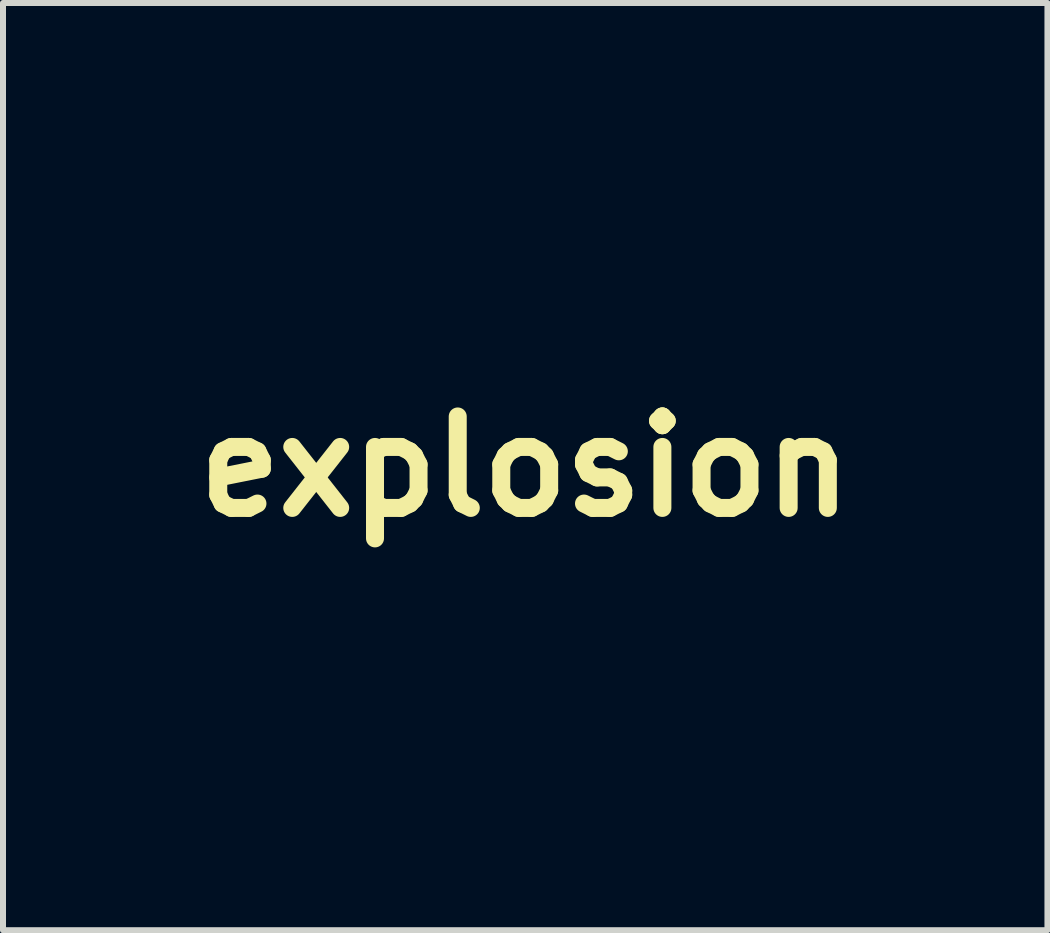
<source format=kicad_pcb>
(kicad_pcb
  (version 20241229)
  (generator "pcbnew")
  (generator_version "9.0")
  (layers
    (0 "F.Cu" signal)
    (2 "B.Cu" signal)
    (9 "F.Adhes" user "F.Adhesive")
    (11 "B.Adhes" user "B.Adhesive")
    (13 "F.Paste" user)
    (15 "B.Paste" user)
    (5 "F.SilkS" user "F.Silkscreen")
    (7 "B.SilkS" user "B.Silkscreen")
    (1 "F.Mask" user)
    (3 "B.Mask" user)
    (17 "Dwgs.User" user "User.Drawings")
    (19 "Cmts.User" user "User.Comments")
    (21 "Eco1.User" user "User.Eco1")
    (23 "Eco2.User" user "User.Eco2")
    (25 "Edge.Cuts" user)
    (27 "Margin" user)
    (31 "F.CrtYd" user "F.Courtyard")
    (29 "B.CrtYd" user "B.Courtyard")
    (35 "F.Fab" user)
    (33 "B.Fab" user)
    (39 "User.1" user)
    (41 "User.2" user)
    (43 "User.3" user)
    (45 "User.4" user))
  (footprint "explosion"
    (layer "F.Cu")
    (at 5.704 4.726)
    (property "Reference" "explosion" (at 0 0 0) (layer "F.SilkS") (effects (font (size 1.524 1.524) (thickness 0.3))))
    (attr through_hole)
    (fp_poly (pts (xy 4.721 4.721) (xy 0.000427 4.722) (xy -0.169 4.722) (xy -0.335 4.722) (xy -0.498 4.722) (xy -0.656 4.722) (xy -0.811 4.722) (xy -0.962 4.722) (xy -1.109 4.722) (xy -1.253 4.722) (xy -1.393 4.722) (xy -1.529 4.722) (xy -1.662 4.722) (xy -1.792 4.722) (xy -1.918 4.722) (xy -2.04 4.722) (xy -2.16 4.722) (xy -2.276 4.722) (xy -2.388 4.722) (xy -2.498 4.722) (xy -2.604 4.722) (xy -2.707 4.722) (xy -2.807 4.722) (xy -2.904 4.722) (xy -2.998 4.722) (xy -3.089 4.722) (xy -3.177 4.722) (xy -3.262 4.722) (xy -3.344 4.722) (xy -3.423 4.722) (xy -3.5 4.722) (xy -3.574 4.722) (xy -3.645 4.722) (xy -3.713 4.722) (xy -3.779 4.722) (xy -3.842 4.722) (xy -3.902 4.722) (xy -3.96 4.722) (xy -4.016 4.722) (xy -4.069 4.722) (xy -4.119 4.722) (xy -4.168 4.722) (xy -4.214 4.722) (xy -4.257 4.722) (xy -4.299 4.722) (xy -4.338 4.721) (xy -4.375 4.721) (xy -4.41 4.721) (xy -4.443 4.721) (xy -4.474 4.721) (xy -4.502 4.721) (xy -4.529 4.721) (xy -4.554 4.721) (xy -4.577 4.721) (xy -4.598 4.721) (xy -4.617 4.721) (xy -4.635 4.721) (xy -4.651 4.721) (xy -4.665 4.721) (xy -4.677 4.721) (xy -4.688 4.721) (xy -4.697 4.72) (xy -4.705 4.72) (xy -4.711 4.72) (xy -4.716 4.72) (xy -4.719 4.72) (xy -4.721 4.72) (xy -4.722 4.72) (xy -4.722 4.718) (xy -4.722 4.712) (xy -4.722 4.702) (xy -4.722 4.689) (xy -4.722 4.672) (xy -4.722 4.651) (xy -4.722 4.627) (xy -4.722 4.599) (xy -4.722 4.568) (xy -4.722 4.533) (xy -4.722 4.495) (xy -4.722 4.453) (xy -4.722 4.408) (xy -4.722 4.36) (xy -4.722 4.309) (xy -4.722 4.255) (xy -4.722 4.198) (xy -4.722 4.137) (xy -4.722 4.074) (xy -4.722 4.008) (xy -4.722 3.939) (xy -4.722 3.867) (xy -4.722 3.793) (xy -4.722 3.716) (xy -4.722 3.636) (xy -4.722 3.553) (xy -4.722 3.468) (xy -4.722 3.381) (xy -4.722 3.291) (xy -4.722 3.199) (xy -4.722 3.105) (xy -4.722 3.008) (xy -4.722 2.909) (xy -4.722 2.808) (xy -4.722 2.705) (xy -4.722 2.599) (xy -4.722 2.492) (xy -4.722 2.383) (xy -4.722 2.3) (xy -3.264 2.3) (xy -3.263 2.363) (xy -3.259 2.426) (xy -3.251 2.489) (xy -3.239 2.552) (xy -3.233 2.58) (xy -3.217 2.637) (xy -3.198 2.693) (xy -3.176 2.747) (xy -3.151 2.8) (xy -3.123 2.85) (xy -3.095 2.895) (xy -3.061 2.942) (xy -3.025 2.987) (xy -2.986 3.029) (xy -2.945 3.068) (xy -2.902 3.105) (xy -2.857 3.138) (xy -2.843 3.148) (xy -2.803 3.173) (xy -2.76 3.197) (xy -2.715 3.218) (xy -2.67 3.238) (xy -2.632 3.252) (xy -2.578 3.269) (xy -2.522 3.283) (xy -2.463 3.294) (xy -2.404 3.302) (xy -2.343 3.307) (xy -2.281 3.309) (xy -2.232 3.308) (xy -2.218 3.307) (xy -2.205 3.307) (xy -2.194 3.306) (xy -2.185 3.306) (xy -2.179 3.305) (xy -2.177 3.305) (xy -2.172 3.305) (xy -2.165 3.304) (xy -2.154 3.303) (xy -2.142 3.302) (xy -2.129 3.302) (xy -2.12 3.301) (xy -2.094 3.299) (xy -2.069 3.297) (xy -2.045 3.294) (xy -2.021 3.29) (xy -1.998 3.285) (xy -1.975 3.279) (xy -1.95 3.273) (xy -1.925 3.265) (xy -1.899 3.255) (xy -1.872 3.245) (xy -1.842 3.233) (xy -1.81 3.219) (xy -1.776 3.203) (xy -1.738 3.186) (xy -1.727 3.181) (xy -1.711 3.173) (xy -1.695 3.166) (xy -1.679 3.158) (xy -1.665 3.152) (xy -1.653 3.146) (xy -1.643 3.141) (xy -1.636 3.138) (xy -1.613 3.128) (xy -1.606 3.131) (xy -1.6 3.136) (xy -1.593 3.143) (xy -1.586 3.151) (xy -1.579 3.159) (xy -1.574 3.166) (xy -1.572 3.172) (xy -1.568 3.179) (xy -1.564 3.189) (xy -1.56 3.2) (xy -1.557 3.207) (xy -1.551 3.223) (xy -1.546 3.236) (xy -1.54 3.246) (xy -1.535 3.255) (xy -1.53 3.262) (xy -1.524 3.269) (xy -1.523 3.27) (xy -1.51 3.28) (xy -1.495 3.288) (xy -1.478 3.293) (xy -1.462 3.294) (xy -1.455 3.294) (xy -1.446 3.295) (xy -1.436 3.296) (xy -1.433 3.296) (xy -1.398 3.302) (xy -1.364 3.311) (xy -1.329 3.323) (xy -1.294 3.339) (xy -1.258 3.359) (xy -1.222 3.382) (xy -1.184 3.409) (xy -1.166 3.423) (xy -1.154 3.433) (xy -1.144 3.44) (xy -1.136 3.445) (xy -1.129 3.448) (xy -1.121 3.45) (xy -1.114 3.45) (xy -1.111 3.45) (xy -1.098 3.449) (xy -1.084 3.445) (xy -1.071 3.439) (xy -1.056 3.429) (xy -1.04 3.416) (xy -1.03 3.407) (xy -1.012 3.39) (xy -1.006 3.394) (xy -1.002 3.397) (xy -0.999 3.397) (xy -0.995 3.396) (xy -0.994 3.395) (xy -0.988 3.391) (xy -0.983 3.383) (xy -0.977 3.372) (xy -0.973 3.359) (xy -0.971 3.354) (xy -0.969 3.341) (xy -0.967 3.332) (xy -0.966 3.324) (xy -0.967 3.318) (xy -0.968 3.311) (xy -0.97 3.307) (xy -0.973 3.298) (xy -0.975 3.289) (xy -0.975 3.278) (xy -0.974 3.266) (xy -0.971 3.251) (xy -0.968 3.233) (xy -0.967 3.232) (xy -0.963 3.212) (xy -0.96 3.194) (xy -0.959 3.18) (xy -0.96 3.167) (xy -0.962 3.156) (xy -0.964 3.151) (xy -0.965 3.148) (xy -0.968 3.145) (xy -0.972 3.142) (xy -0.979 3.139) (xy -0.983 3.137) (xy -1.012 3.121) (xy -1.037 3.106) (xy -1.059 3.09) (xy -1.079 3.072) (xy -1.09 3.062) (xy -1.11 3.042) (xy -1.146 3.035) (xy -1.2 3.026) (xy -1.254 3.019) (xy -1.307 3.013) (xy -1.358 3.009) (xy -1.366 3.009) (xy -1.397 3.008) (xy -1.424 3.008) (xy -1.448 3.01) (xy -1.468 3.013) (xy -1.486 3.017) (xy -1.5 3.023) (xy -1.507 3.028) (xy -1.518 3.035) (xy -1.53 3.039) (xy -1.542 3.04) (xy -1.552 3.039) (xy -1.559 3.036) (xy -1.563 3.033) (xy -1.566 3.029) (xy -1.568 3.023) (xy -1.571 3.016) (xy -1.573 3.009) (xy -1.574 3.003) (xy -1.575 2.996) (xy -1.575 2.988) (xy -1.576 2.978) (xy -1.576 2.969) (xy -1.576 2.956) (xy -1.575 2.946) (xy -1.575 2.939) (xy -1.574 2.932) (xy -1.572 2.925) (xy -1.571 2.921) (xy -1.562 2.895) (xy -1.55 2.871) (xy -1.535 2.85) (xy -1.518 2.831) (xy -1.498 2.814) (xy -1.475 2.801) (xy -1.461 2.794) (xy -1.445 2.789) (xy -1.429 2.785) (xy -1.414 2.783) (xy -1.407 2.782) (xy -1.405 2.782) (xy -1.403 2.782) (xy -1.401 2.783) (xy -1.398 2.783) (xy -1.395 2.784) (xy -1.391 2.786) (xy -1.385 2.788) (xy -1.379 2.791) (xy -1.37 2.795) (xy -1.361 2.799) (xy -1.349 2.805) (xy -1.335 2.812) (xy -1.318 2.82) (xy -1.3 2.829) (xy -1.278 2.839) (xy -1.253 2.851) (xy -1.226 2.864) (xy -1.2 2.877) (xy -1.162 2.895) (xy -1.125 2.913) (xy -1.087 2.932) (xy -1.049 2.95) (xy -1.012 2.968) (xy -0.974 2.986) (xy -0.937 3.004) (xy -0.901 3.022) (xy -0.866 3.039) (xy -0.832 3.055) (xy -0.8 3.071) (xy -0.768 3.086) (xy -0.739 3.101) (xy -0.711 3.114) (xy -0.685 3.126) (xy -0.662 3.138) (xy -0.641 3.148) (xy -0.623 3.157) (xy -0.607 3.164) (xy -0.595 3.17) (xy -0.586 3.175) (xy -0.581 3.177) (xy -0.575 3.18) (xy -0.566 3.184) (xy -0.554 3.19) (xy -0.539 3.197) (xy -0.522 3.206) (xy -0.502 3.215) (xy -0.481 3.226) (xy -0.458 3.237) (xy -0.433 3.249) (xy -0.408 3.261) (xy -0.382 3.274) (xy -0.355 3.287) (xy -0.353 3.288) (xy -0.328 3.3) (xy -0.301 3.313) (xy -0.271 3.327) (xy -0.238 3.343) (xy -0.204 3.36) (xy -0.167 3.378) (xy -0.129 3.396) (xy -0.091 3.415) (xy -0.051 3.434) (xy -0.011 3.453) (xy 0.029 3.473) (xy 0.068 3.492) (xy 0.107 3.511) (xy 0.144 3.529) (xy 0.161 3.537) (xy 0.199 3.555) (xy 0.239 3.575) (xy 0.28 3.595) (xy 0.322 3.615) (xy 0.366 3.636) (xy 0.409 3.657) (xy 0.452 3.678) (xy 0.495 3.699) (xy 0.536 3.719) (xy 0.576 3.739) (xy 0.615 3.757) (xy 0.651 3.775) (xy 0.685 3.791) (xy 0.715 3.806) (xy 0.721 3.809) (xy 0.964 3.927) (xy 2.175 3.927) (xy 2.175 3.922) (xy 2.175 3.916) (xy 1.537 3.69) (xy 1.488 3.672) (xy 1.438 3.655) (xy 1.39 3.637) (xy 1.341 3.62) (xy 1.294 3.604) (xy 1.248 3.587) (xy 1.203 3.571) (xy 1.159 3.555) (xy 1.116 3.54) (xy 1.076 3.526) (xy 1.037 3.512) (xy 1 3.499) (xy 0.965 3.487) (xy 0.933 3.475) (xy 0.903 3.464) (xy 0.875 3.455) (xy 0.851 3.446) (xy 0.829 3.438) (xy 0.811 3.432) (xy 0.796 3.426) (xy 0.784 3.422) (xy 0.783 3.422) (xy 0.76 3.414) (xy 0.737 3.405) (xy 0.714 3.397) (xy 0.691 3.389) (xy 0.669 3.381) (xy 0.65 3.374) (xy 0.632 3.368) (xy 0.617 3.363) (xy 0.608 3.359) (xy 0.597 3.356) (xy 0.584 3.351) (xy 0.567 3.345) (xy 0.548 3.338) (xy 0.527 3.331) (xy 0.504 3.323) (xy 0.479 3.314) (xy 0.453 3.304) (xy 0.426 3.295) (xy 0.399 3.285) (xy 0.371 3.275) (xy 0.362 3.272) (xy 0.174 3.205) (xy 0.166 3.196) (xy 0.159 3.185) (xy 0.151 3.171) (xy 0.142 3.153) (xy 0.133 3.131) (xy 0.123 3.107) (xy 0.122 3.104) (xy 0.114 3.083) (xy 0.107 3.065) (xy 0.101 3.05) (xy 0.095 3.038) (xy 0.09 3.028) (xy 0.084 3.02) (xy 0.081 3.016) (xy 0.072 3.005) (xy 0.064 2.998) (xy 0.054 2.991) (xy 0.047 2.988) (xy 0.036 2.984) (xy 0.022 2.982) (xy 0.008 2.982) (xy -0.007 2.983) (xy -0.021 2.986) (xy -0.033 2.991) (xy -0.041 2.996) (xy -0.05 3.002) (xy -0.061 3.009) (xy -0.075 3.016) (xy -0.09 3.023) (xy -0.097 3.026) (xy -0.116 3.034) (xy -0.132 3.042) (xy -0.144 3.05) (xy -0.155 3.059) (xy -0.163 3.069) (xy -0.17 3.08) (xy -0.171 3.083) (xy -0.175 3.09) (xy -0.177 3.095) (xy -0.179 3.098) (xy -0.179 3.098) (xy -0.181 3.098) (xy -0.186 3.096) (xy -0.194 3.093) (xy -0.205 3.09) (xy -0.218 3.085) (xy -0.233 3.08) (xy -0.249 3.074) (xy -0.265 3.069) (xy -0.319 3.05) (xy -0.37 3.032) (xy -0.419 3.015) (xy -0.467 2.998) (xy -0.514 2.982) (xy -0.56 2.966) (xy -0.606 2.951) (xy -0.653 2.935) (xy -0.701 2.919) (xy -0.751 2.902) (xy -0.803 2.885) (xy -0.858 2.868) (xy -0.91 2.851) (xy -0.936 2.842) (xy -0.965 2.833) (xy -0.998 2.822) (xy -1.032 2.812) (xy -1.067 2.801) (xy -1.104 2.789) (xy -1.14 2.778) (xy -1.177 2.767) (xy -1.212 2.756) (xy -1.246 2.745) (xy -1.278 2.736) (xy -1.287 2.733) (xy -1.307 2.727) (xy -1.323 2.722) (xy -1.337 2.718) (xy -1.348 2.714) (xy -1.357 2.711) (xy -1.364 2.709) (xy -1.37 2.706) (xy -1.376 2.704) (xy -1.381 2.701) (xy -1.386 2.698) (xy -1.39 2.696) (xy -1.404 2.688) (xy -1.416 2.682) (xy -1.425 2.677) (xy -1.432 2.674) (xy -1.438 2.672) (xy -1.44 2.672) (xy -1.444 2.672) (xy -1.447 2.673) (xy -1.45 2.676) (xy -1.453 2.679) (xy -1.46 2.687) (xy -1.47 2.696) (xy -1.481 2.703) (xy -1.492 2.708) (xy -1.503 2.712) (xy -1.514 2.714) (xy -1.526 2.716) (xy -1.539 2.717) (xy -1.555 2.718) (xy -1.572 2.717) (xy -1.593 2.716) (xy -1.616 2.715) (xy -1.631 2.714) (xy -1.68 2.709) (xy -1.691 2.696) (xy -1.714 2.67) (xy -1.737 2.646) (xy -1.761 2.624) (xy -1.775 2.614) (xy -1.786 2.606) (xy -1.797 2.598) (xy -1.81 2.59) (xy -1.825 2.582) (xy -1.842 2.572) (xy -1.862 2.562) (xy -1.866 2.559) (xy -1.88 2.552) (xy -1.895 2.544) (xy -1.909 2.537) (xy -1.923 2.53) (xy -1.934 2.524) (xy -1.936 2.523) (xy -1.937 2.522) (xy -0.992 2.522) (xy -0.989 2.525) (xy -0.983 2.528) (xy -0.98 2.53) (xy -0.97 2.534) (xy -0.957 2.539) (xy -0.941 2.545) (xy -0.922 2.551) (xy -0.899 2.559) (xy -0.889 2.562) (xy -0.878 2.565) (xy -0.865 2.57) (xy -0.853 2.574) (xy -0.847 2.577) (xy -0.834 2.582) (xy -0.82 2.586) (xy -0.807 2.591) (xy -0.792 2.594) (xy -0.777 2.598) (xy -0.759 2.602) (xy -0.74 2.605) (xy -0.718 2.609) (xy -0.694 2.612) (xy -0.667 2.616) (xy -0.637 2.62) (xy -0.62 2.622) (xy -0.603 2.625) (xy -0.587 2.627) (xy -0.572 2.629) (xy -0.559 2.631) (xy -0.549 2.633) (xy -0.547 2.633) (xy -0.542 2.634) (xy -0.534 2.636) (xy -0.522 2.638) (xy -0.507 2.641) (xy -0.489 2.645) (xy -0.469 2.65) (xy -0.445 2.655) (xy -0.419 2.661) (xy -0.391 2.667) (xy -0.361 2.674) (xy -0.329 2.681) (xy -0.295 2.688) (xy -0.26 2.696) (xy -0.223 2.704) (xy -0.186 2.713) (xy -0.148 2.721) (xy -0.128 2.726) (xy 0.262 2.814) (xy 0.305 2.814) (xy 0.319 2.814) (xy 0.331 2.814) (xy 0.339 2.814) (xy 0.346 2.815) (xy 0.352 2.815) (xy 0.358 2.817) (xy 0.362 2.818) (xy 0.381 2.823) (xy 0.4 2.828) (xy 0.42 2.833) (xy 0.441 2.839) (xy 0.464 2.844) (xy 0.487 2.85) (xy 0.512 2.856) (xy 0.539 2.862) (xy 0.568 2.869) (xy 0.599 2.876) (xy 0.633 2.884) (xy 0.67 2.892) (xy 0.71 2.901) (xy 0.753 2.91) (xy 0.799 2.92) (xy 0.812 2.923) (xy 0.863 2.934) (xy 0.911 2.945) (xy 0.955 2.955) (xy 0.996 2.964) (xy 1.035 2.973) (xy 1.07 2.982) (xy 1.104 2.99) (xy 1.135 2.998) (xy 1.165 3.005) (xy 1.192 3.012) (xy 1.212 3.018) (xy 1.213 3.031) (xy 1.214 3.043) (xy 1.206 3.046) (xy 1.198 3.049) (xy 1.187 3.056) (xy 1.175 3.064) (xy 1.162 3.075) (xy 1.147 3.088) (xy 1.146 3.089) (xy 1.131 3.103) (xy 1.117 3.115) (xy 1.105 3.125) (xy 1.095 3.132) (xy 1.087 3.137) (xy 1.086 3.138) (xy 1.082 3.141) (xy 1.079 3.145) (xy 1.076 3.151) (xy 1.075 3.159) (xy 1.074 3.17) (xy 1.073 3.178) (xy 1.073 3.192) (xy 1.074 3.204) (xy 1.077 3.216) (xy 1.081 3.228) (xy 1.087 3.242) (xy 1.087 3.243) (xy 1.092 3.252) (xy 1.097 3.261) (xy 1.103 3.27) (xy 1.11 3.28) (xy 1.119 3.291) (xy 1.129 3.303) (xy 1.142 3.317) (xy 1.156 3.334) (xy 1.167 3.346) (xy 1.176 3.355) (xy 1.183 3.364) (xy 1.19 3.371) (xy 1.195 3.376) (xy 1.198 3.38) (xy 1.203 3.385) (xy 1.207 3.386) (xy 1.221 3.388) (xy 1.236 3.392) (xy 1.254 3.399) (xy 1.273 3.409) (xy 1.295 3.423) (xy 1.302 3.427) (xy 1.312 3.434) (xy 1.323 3.44) (xy 1.333 3.446) (xy 1.34 3.451) (xy 1.343 3.453) (xy 1.364 3.462) (xy 1.385 3.469) (xy 1.405 3.471) (xy 1.422 3.47) (xy 1.437 3.468) (xy 1.449 3.48) (xy 1.468 3.496) (xy 1.49 3.509) (xy 1.515 3.519) (xy 1.542 3.527) (xy 1.572 3.532) (xy 1.578 3.532) (xy 1.586 3.533) (xy 1.597 3.533) (xy 1.611 3.534) (xy 1.626 3.534) (xy 1.642 3.535) (xy 1.659 3.535) (xy 1.664 3.535) (xy 1.688 3.536) (xy 1.709 3.537) (xy 1.726 3.538) (xy 1.741 3.539) (xy 1.755 3.54) (xy 1.766 3.542) (xy 1.777 3.545) (xy 1.787 3.548) (xy 1.8 3.552) (xy 1.813 3.558) (xy 1.824 3.564) (xy 1.832 3.569) (xy 1.836 3.571) (xy 1.843 3.574) (xy 1.852 3.577) (xy 1.857 3.578) (xy 1.871 3.582) (xy 1.885 3.587) (xy 1.901 3.593) (xy 1.918 3.602) (xy 1.938 3.611) (xy 1.96 3.623) (xy 1.969 3.629) (xy 1.993 3.642) (xy 2.015 3.653) (xy 2.033 3.663) (xy 2.05 3.67) (xy 2.065 3.677) (xy 2.078 3.681) (xy 2.091 3.685) (xy 2.102 3.687) (xy 2.114 3.688) (xy 2.125 3.688) (xy 2.129 3.688) (xy 2.145 3.686) (xy 2.16 3.683) (xy 2.162 3.682) (xy 2.176 3.677) (xy 2.189 3.67) (xy 2.202 3.661) (xy 2.214 3.651) (xy 2.225 3.641) (xy 2.237 3.634) (xy 2.249 3.628) (xy 2.263 3.623) (xy 2.278 3.62) (xy 2.294 3.619) (xy 2.313 3.619) (xy 2.335 3.62) (xy 2.36 3.622) (xy 2.365 3.622) (xy 2.378 3.624) (xy 2.391 3.625) (xy 2.404 3.626) (xy 2.414 3.626) (xy 2.419 3.626) (xy 2.438 3.626) (xy 2.466 3.598) (xy 2.478 3.586) (xy 2.488 3.576) (xy 2.495 3.567) (xy 2.5 3.559) (xy 2.504 3.55) (xy 2.507 3.542) (xy 2.509 3.532) (xy 2.511 3.519) (xy 2.497 3.498) (xy 2.481 3.471) (xy 2.467 3.443) (xy 2.458 3.415) (xy 2.451 3.385) (xy 2.447 3.353) (xy 2.447 3.348) (xy 2.446 3.336) (xy 2.445 3.327) (xy 2.442 3.32) (xy 2.439 3.315) (xy 2.434 3.311) (xy 2.431 3.308) (xy 2.425 3.305) (xy 2.42 3.303) (xy 2.413 3.301) (xy 2.404 3.3) (xy 2.392 3.299) (xy 2.383 3.298) (xy 2.37 3.298) (xy 2.36 3.297) (xy 2.353 3.295) (xy 2.349 3.293) (xy 2.345 3.29) (xy 2.342 3.285) (xy 2.342 3.285) (xy 2.34 3.279) (xy 2.338 3.272) (xy 2.338 3.271) (xy 2.338 3.265) (xy 2.339 3.263) (xy 2.342 3.261) (xy 2.344 3.261) (xy 2.348 3.26) (xy 2.352 3.26) (xy 2.359 3.261) (xy 2.367 3.262) (xy 2.378 3.264) (xy 2.392 3.268) (xy 2.397 3.269) (xy 2.406 3.271) (xy 2.416 3.272) (xy 2.423 3.273) (xy 2.424 3.273) (xy 2.429 3.273) (xy 2.437 3.274) (xy 2.448 3.276) (xy 2.46 3.278) (xy 2.472 3.281) (xy 2.476 3.281) (xy 2.487 3.284) (xy 2.503 3.287) (xy 2.522 3.291) (xy 2.544 3.296) (xy 2.571 3.301) (xy 2.601 3.307) (xy 2.634 3.314) (xy 2.672 3.322) (xy 2.712 3.331) (xy 2.756 3.34) (xy 2.804 3.35) (xy 2.855 3.361) (xy 2.909 3.372) (xy 2.911 3.372) (xy 2.957 3.382) (xy 3.004 3.392) (xy 3.051 3.402) (xy 3.099 3.412) (xy 3.146 3.421) (xy 3.193 3.431) (xy 3.24 3.441) (xy 3.285 3.451) (xy 3.33 3.46) (xy 3.373 3.469) (xy 3.414 3.477) (xy 3.453 3.486) (xy 3.491 3.494) (xy 3.525 3.501) (xy 3.557 3.507) (xy 3.586 3.514) (xy 3.612 3.519) (xy 3.634 3.524) (xy 3.636 3.524) (xy 3.66 3.529) (xy 3.684 3.534) (xy 3.708 3.539) (xy 3.731 3.544) (xy 3.753 3.548) (xy 3.773 3.553) (xy 3.791 3.556) (xy 3.806 3.56) (xy 3.818 3.562) (xy 3.832 3.565) (xy 3.845 3.567) (xy 3.856 3.57) (xy 3.865 3.571) (xy 3.871 3.572) (xy 3.874 3.573) (xy 3.874 3.573) (xy 3.874 3.571) (xy 3.874 3.565) (xy 3.874 3.556) (xy 3.874 3.544) (xy 3.874 3.529) (xy 3.874 3.511) (xy 3.874 3.491) (xy 3.874 3.469) (xy 3.873 3.445) (xy 3.873 3.419) (xy 3.873 3.392) (xy 3.873 3.365) (xy 3.872 3.336) (xy 3.872 3.307) (xy 3.872 3.28) (xy 3.872 3.253) (xy 3.871 3.227) (xy 3.871 3.204) (xy 3.871 3.182) (xy 3.871 3.163) (xy 3.871 3.147) (xy 3.871 3.133) (xy 3.871 3.123) (xy 3.871 3.118) (xy 3.871 3.078) (xy 3.859 3.077) (xy 3.855 3.076) (xy 3.848 3.075) (xy 3.837 3.074) (xy 3.824 3.072) (xy 3.808 3.071) (xy 3.791 3.069) (xy 3.772 3.066) (xy 3.752 3.064) (xy 3.743 3.063) (xy 3.722 3.06) (xy 3.701 3.058) (xy 3.68 3.055) (xy 3.661 3.053) (xy 3.644 3.051) (xy 3.629 3.049) (xy 3.617 3.047) (xy 3.608 3.046) (xy 3.606 3.046) (xy 3.579 3.043) (xy 3.55 3.039) (xy 3.52 3.036) (xy 3.489 3.032) (xy 3.457 3.028) (xy 3.424 3.024) (xy 3.391 3.02) (xy 3.358 3.016) (xy 3.324 3.012) (xy 3.292 3.008) (xy 3.259 3.004) (xy 3.228 3) (xy 3.198 2.997) (xy 3.169 2.993) (xy 3.142 2.99) (xy 3.117 2.987) (xy 3.093 2.984) (xy 3.073 2.982) (xy 3.055 2.979) (xy 3.04 2.978) (xy 3.028 2.976) (xy 3.019 2.975) (xy 3.016 2.975) (xy 3.006 2.974) (xy 2.994 2.972) (xy 2.978 2.97) (xy 2.96 2.968) (xy 2.94 2.966) (xy 2.919 2.963) (xy 2.897 2.96) (xy 2.875 2.958) (xy 2.862 2.956) (xy 2.841 2.954) (xy 2.819 2.951) (xy 2.798 2.948) (xy 2.778 2.946) (xy 2.761 2.944) (xy 2.745 2.942) (xy 2.732 2.94) (xy 2.721 2.939) (xy 2.717 2.939) (xy 2.711 2.938) (xy 2.701 2.937) (xy 2.688 2.935) (xy 2.672 2.933) (xy 2.653 2.931) (xy 2.632 2.928) (xy 2.609 2.925) (xy 2.584 2.922) (xy 2.557 2.919) (xy 2.529 2.916) (xy 2.5 2.912) (xy 2.471 2.909) (xy 2.467 2.908) (xy 2.437 2.905) (xy 2.408 2.901) (xy 2.379 2.898) (xy 2.352 2.894) (xy 2.326 2.891) (xy 2.302 2.888) (xy 2.28 2.886) (xy 2.26 2.883) (xy 2.242 2.881) (xy 2.228 2.879) (xy 2.217 2.878) (xy 2.209 2.877) (xy 2.209 2.877) (xy 2.202 2.876) (xy 2.191 2.875) (xy 2.176 2.873) (xy 2.159 2.871) (xy 2.14 2.869) (xy 2.118 2.866) (xy 2.094 2.863) (xy 2.068 2.86) (xy 2.041 2.857) (xy 2.013 2.853) (xy 1.984 2.85) (xy 1.959 2.847) (xy 1.925 2.843) (xy 1.888 2.838) (xy 1.848 2.833) (xy 1.807 2.828) (xy 1.764 2.823) (xy 1.722 2.818) (xy 1.679 2.813) (xy 1.638 2.808) (xy 1.598 2.803) (xy 1.561 2.799) (xy 1.532 2.795) (xy 1.498 2.791) (xy 1.461 2.787) (xy 1.422 2.782) (xy 1.381 2.777) (xy 1.34 2.772) (xy 1.299 2.767) (xy 1.258 2.762) (xy 1.218 2.757) (xy 1.181 2.753) (xy 1.146 2.748) (xy 1.116 2.745) (xy 0.917 2.721) (xy 0.886 2.659) (xy 0.875 2.637) (xy 0.864 2.617) (xy 0.855 2.6) (xy 0.845 2.585) (xy 0.836 2.571) (xy 0.827 2.558) (xy 0.816 2.545) (xy 0.804 2.532) (xy 0.791 2.518) (xy 0.787 2.514) (xy 0.758 2.486) (xy 0.729 2.462) (xy 0.698 2.441) (xy 0.667 2.424) (xy 0.636 2.411) (xy 0.604 2.402) (xy 0.571 2.397) (xy 0.564 2.396) (xy 0.548 2.395) (xy 0.53 2.409) (xy 0.522 2.416) (xy 0.511 2.425) (xy 0.5 2.433) (xy 0.491 2.44) (xy 0.478 2.451) (xy 0.465 2.463) (xy 0.452 2.474) (xy 0.441 2.486) (xy 0.431 2.496) (xy 0.424 2.505) (xy 0.423 2.506) (xy 0.419 2.512) (xy 0.416 2.518) (xy 0.415 2.525) (xy 0.414 2.533) (xy 0.413 2.543) (xy 0.414 2.555) (xy 0.415 2.57) (xy 0.415 2.572) (xy 0.417 2.591) (xy 0.418 2.607) (xy 0.417 2.62) (xy 0.416 2.63) (xy 0.413 2.64) (xy 0.409 2.647) (xy 0.403 2.655) (xy 0.402 2.657) (xy 0.395 2.664) (xy 0.366 2.661) (xy 0.341 2.658) (xy 0.316 2.655) (xy 0.291 2.652) (xy 0.266 2.649) (xy 0.241 2.646) (xy 0.215 2.643) (xy 0.188 2.64) (xy 0.16 2.637) (xy 0.132 2.634) (xy 0.101 2.631) (xy 0.069 2.628) (xy 0.035 2.624) (xy -0.001 2.621) (xy -0.039 2.617) (xy -0.081 2.613) (xy -0.124 2.609) (xy -0.171 2.604) (xy -0.222 2.599) (xy -0.275 2.594) (xy -0.321 2.59) (xy -0.377 2.585) (xy -0.429 2.58) (xy -0.477 2.575) (xy -0.523 2.57) (xy -0.565 2.566) (xy -0.605 2.562) (xy -0.642 2.559) (xy -0.676 2.555) (xy -0.709 2.552) (xy -0.74 2.549) (xy -0.769 2.546) (xy -0.797 2.543) (xy -0.824 2.54) (xy -0.85 2.537) (xy -0.876 2.534) (xy -0.9 2.531) (xy -0.925 2.528) (xy -0.948 2.525) (xy -0.96 2.524) (xy -0.972 2.522) (xy -0.981 2.522) (xy -0.988 2.521) (xy -0.992 2.521) (xy -0.992 2.521) (xy -0.992 2.522) (xy -1.937 2.522) (xy -1.964 2.508) (xy -1.964 2.486) (xy -1.962 2.461) (xy -1.956 2.437) (xy -1.947 2.413) (xy -1.934 2.389) (xy -1.928 2.381) (xy -1.916 2.365) (xy -1.904 2.352) (xy -1.89 2.342) (xy -1.875 2.334) (xy -1.857 2.327) (xy -1.856 2.327) (xy -1.85 2.325) (xy -1.845 2.324) (xy -1.839 2.323) (xy -1.831 2.322) (xy -1.822 2.322) (xy -1.809 2.322) (xy -1.808 2.322) (xy -1.798 2.322) (xy -1.789 2.323) (xy -1.78 2.323) (xy -1.771 2.324) (xy -1.762 2.325) (xy -1.752 2.327) (xy -1.74 2.329) (xy -1.726 2.332) (xy -1.709 2.336) (xy -1.69 2.341) (xy -1.669 2.345) (xy -1.65 2.35) (xy -1.632 2.353) (xy -1.616 2.356) (xy -1.603 2.357) (xy -1.594 2.358) (xy -1.591 2.358) (xy -1.577 2.357) (xy -1.561 2.352) (xy -1.547 2.345) (xy -1.54 2.341) (xy -1.533 2.337) (xy -1.525 2.331) (xy -1.516 2.324) (xy -1.506 2.316) (xy -1.493 2.305) (xy -1.486 2.299) (xy -1.477 2.291) (xy -1.468 2.283) (xy -1.461 2.277) (xy -1.455 2.273) (xy -1.453 2.271) (xy -1.448 2.268) (xy -1.444 2.266) (xy -1.438 2.264) (xy -1.431 2.263) (xy -1.422 2.261) (xy -1.411 2.261) (xy -1.397 2.26) (xy -1.38 2.259) (xy -1.364 2.259) (xy -1.344 2.258) (xy -1.327 2.257) (xy -1.313 2.256) (xy -1.301 2.255) (xy -1.292 2.253) (xy -1.283 2.251) (xy -1.276 2.248) (xy -1.269 2.245) (xy -1.261 2.241) (xy -1.257 2.238) (xy -1.251 2.233) (xy -1.246 2.229) (xy -1.243 2.223) (xy -1.24 2.217) (xy -1.236 2.21) (xy -1.232 2.201) (xy -1.226 2.19) (xy -1.22 2.18) (xy -1.22 2.178) (xy -1.209 2.158) (xy -1.199 2.141) (xy -1.192 2.125) (xy -1.186 2.112) (xy -1.182 2.1) (xy -1.178 2.088) (xy -1.177 2.085) (xy -1.177 2.08) (xy -1.176 2.072) (xy -1.175 2.061) (xy -1.174 2.048) (xy -1.173 2.034) (xy -1.172 2.02) (xy -1.171 2.006) (xy -1.171 1.993) (xy -1.17 1.982) (xy -1.17 1.976) (xy -1.172 1.937) (xy -1.172 1.936) (xy -0.846 1.936) (xy -0.829 1.94) (xy -0.789 1.948) (xy -0.751 1.952) (xy -0.736 1.953) (xy -0.724 1.954) (xy -0.716 1.954) (xy -0.711 1.955) (xy -0.707 1.956) (xy -0.704 1.957) (xy -0.702 1.959) (xy -0.701 1.959) (xy -0.695 1.966) (xy -0.691 1.974) (xy -0.688 1.982) (xy -0.688 1.985) (xy -0.688 1.991) (xy -0.691 1.999) (xy -0.695 2.008) (xy -0.701 2.02) (xy -0.706 2.03) (xy -0.711 2.039) (xy -0.716 2.048) (xy -0.719 2.056) (xy -0.721 2.061) (xy -0.721 2.061) (xy -0.722 2.065) (xy -0.722 2.068) (xy -0.722 2.072) (xy -0.72 2.077) (xy -0.716 2.084) (xy -0.715 2.087) (xy -0.7 2.113) (xy -0.681 2.137) (xy -0.661 2.159) (xy -0.638 2.179) (xy -0.612 2.197) (xy -0.584 2.212) (xy -0.556 2.223) (xy -0.555 2.223) (xy -0.541 2.228) (xy -0.528 2.231) (xy -0.515 2.233) (xy -0.5 2.235) (xy -0.498 2.235) (xy -0.48 2.237) (xy -0.465 2.229) (xy -0.458 2.225) (xy -0.45 2.219) (xy -0.439 2.212) (xy -0.428 2.203) (xy -0.416 2.194) (xy -0.416 2.194) (xy -0.398 2.18) (xy -0.383 2.169) (xy -0.369 2.16) (xy -0.356 2.152) (xy -0.344 2.146) (xy -0.332 2.141) (xy -0.32 2.138) (xy -0.316 2.137) (xy -0.307 2.135) (xy -0.3 2.135) (xy -0.294 2.138) (xy -0.288 2.144) (xy -0.285 2.147) (xy -0.281 2.152) (xy -0.278 2.158) (xy -0.276 2.164) (xy -0.274 2.171) (xy -0.273 2.182) (xy -0.272 2.195) (xy -0.271 2.198) (xy -0.27 2.218) (xy -0.267 2.234) (xy -0.264 2.247) (xy -0.259 2.259) (xy -0.253 2.268) (xy -0.244 2.276) (xy -0.234 2.283) (xy -0.222 2.29) (xy -0.212 2.295) (xy -0.201 2.3) (xy -0.19 2.304) (xy -0.189 2.305) (xy -0.18 2.308) (xy -0.175 2.309) (xy -0.171 2.31) (xy -0.167 2.309) (xy -0.162 2.308) (xy -0.162 2.308) (xy -0.156 2.306) (xy -0.148 2.303) (xy -0.14 2.299) (xy -0.137 2.298) (xy -0.115 2.285) (xy -0.094 2.271) (xy -0.074 2.254) (xy -0.057 2.235) (xy -0.042 2.216) (xy -0.03 2.195) (xy -0.027 2.187) (xy 0.82 2.187) (xy 0.822 2.201) (xy 0.825 2.228) (xy 0.831 2.252) (xy 0.839 2.275) (xy 0.85 2.297) (xy 0.864 2.319) (xy 0.868 2.323) (xy 0.873 2.33) (xy 0.881 2.339) (xy 0.89 2.35) (xy 0.9 2.361) (xy 0.91 2.373) (xy 0.916 2.379) (xy 0.929 2.394) (xy 0.94 2.406) (xy 0.949 2.416) (xy 0.956 2.424) (xy 0.961 2.431) (xy 0.965 2.436) (xy 0.968 2.44) (xy 0.97 2.444) (xy 0.971 2.447) (xy 0.971 2.45) (xy 0.972 2.455) (xy 0.972 2.462) (xy 0.973 2.473) (xy 0.973 2.485) (xy 0.973 2.497) (xy 0.973 2.499) (xy 0.973 2.52) (xy 0.974 2.537) (xy 0.976 2.551) (xy 0.979 2.563) (xy 0.982 2.572) (xy 0.987 2.581) (xy 0.993 2.588) (xy 0.997 2.592) (xy 1.002 2.597) (xy 1.009 2.601) (xy 1.016 2.604) (xy 1.025 2.608) (xy 1.036 2.611) (xy 1.05 2.614) (xy 1.067 2.618) (xy 1.074 2.619) (xy 1.108 2.626) (xy 1.139 2.633) (xy 1.167 2.64) (xy 1.192 2.647) (xy 1.215 2.654) (xy 1.237 2.661) (xy 1.257 2.669) (xy 1.276 2.678) (xy 1.286 2.683) (xy 1.297 2.688) (xy 1.307 2.692) (xy 1.317 2.695) (xy 1.32 2.696) (xy 1.344 2.699) (xy 1.372 2.701) (xy 1.401 2.7) (xy 1.427 2.698) (xy 1.445 2.695) (xy 1.467 2.691) (xy 1.492 2.686) (xy 1.52 2.679) (xy 1.547 2.672) (xy 1.574 2.665) (xy 1.598 2.659) (xy 1.619 2.654) (xy 1.638 2.65) (xy 1.655 2.647) (xy 1.67 2.644) (xy 1.686 2.642) (xy 1.701 2.641) (xy 1.704 2.64) (xy 1.71 2.64) (xy 1.716 2.64) (xy 1.722 2.64) (xy 1.729 2.641) (xy 1.737 2.643) (xy 1.748 2.645) (xy 1.756 2.647) (xy 1.78 2.652) (xy 1.801 2.656) (xy 1.819 2.659) (xy 1.835 2.661) (xy 1.849 2.661) (xy 1.85 2.661) (xy 1.867 2.661) (xy 1.889 2.643) (xy 1.9 2.633) (xy 1.909 2.623) (xy 1.917 2.614) (xy 1.923 2.606) (xy 1.926 2.599) (xy 1.926 2.596) (xy 1.927 2.593) (xy 1.93 2.587) (xy 1.933 2.581) (xy 1.933 2.581) (xy 1.936 2.573) (xy 1.938 2.568) (xy 1.939 2.561) (xy 1.939 2.554) (xy 1.939 2.546) (xy 1.938 2.539) (xy 1.935 2.531) (xy 1.932 2.523) (xy 1.927 2.513) (xy 1.921 2.501) (xy 1.918 2.496) (xy 1.913 2.489) (xy 1.91 2.481) (xy 1.906 2.474) (xy 1.904 2.467) (xy 1.901 2.458) (xy 1.898 2.448) (xy 1.895 2.435) (xy 1.891 2.419) (xy 1.89 2.416) (xy 1.884 2.394) (xy 1.877 2.375) (xy 1.87 2.36) (xy 1.861 2.348) (xy 1.851 2.339) (xy 1.846 2.336) (xy 1.842 2.334) (xy 1.838 2.333) (xy 1.834 2.332) (xy 1.827 2.331) (xy 1.818 2.331) (xy 1.808 2.33) (xy 1.778 2.328) (xy 1.747 2.323) (xy 1.714 2.316) (xy 1.68 2.306) (xy 1.645 2.294) (xy 1.607 2.279) (xy 1.567 2.261) (xy 1.535 2.245) (xy 1.486 2.221) (xy 1.471 2.221) (xy 1.463 2.221) (xy 1.455 2.222) (xy 1.446 2.225) (xy 1.435 2.228) (xy 1.422 2.233) (xy 1.408 2.24) (xy 1.39 2.247) (xy 1.375 2.253) (xy 1.363 2.257) (xy 1.352 2.259) (xy 1.343 2.26) (xy 1.334 2.26) (xy 1.325 2.258) (xy 1.323 2.257) (xy 1.315 2.255) (xy 1.305 2.253) (xy 1.294 2.251) (xy 1.291 2.251) (xy 1.23 2.242) (xy 1.169 2.231) (xy 1.108 2.215) (xy 1.048 2.197) (xy 1.003 2.181) (xy 0.991 2.177) (xy 0.976 2.172) (xy 0.961 2.168) (xy 0.947 2.164) (xy 0.945 2.164) (xy 0.932 2.161) (xy 0.922 2.159) (xy 0.914 2.157) (xy 0.906 2.157) (xy 0.897 2.156) (xy 0.887 2.156) (xy 0.876 2.156) (xy 0.868 2.156) (xy 0.863 2.157) (xy 0.858 2.158) (xy 0.854 2.159) (xy 0.85 2.162) (xy 0.841 2.167) (xy 0.832 2.174) (xy 0.829 2.177) (xy 0.82 2.187) (xy -0.027 2.187) (xy -0.021 2.174) (xy -0.016 2.153) (xy -0.015 2.143) (xy -0.014 2.123) (xy -0.017 2.101) (xy -0.023 2.078) (xy -0.032 2.056) (xy -0.042 2.034) (xy -0.05 2.021) (xy -0.058 2.01) (xy -0.051 2.004) (xy -0.046 2.001) (xy -0.042 2) (xy -0.036 2) (xy -0.034 2) (xy -0.03 2) (xy -0.023 2.001) (xy -0.013 2.002) (xy 0.000424 2.002) (xy 0.016 2.004) (xy 0.033 2.005) (xy 0.051 2.006) (xy 0.071 2.007) (xy 0.073 2.008) (xy 0.089 2.009) (xy 0.108 2.01) (xy 0.13 2.012) (xy 0.156 2.013) (xy 0.186 2.015) (xy 0.218 2.018) (xy 0.253 2.02) (xy 0.291 2.023) (xy 0.332 2.026) (xy 0.375 2.029) (xy 0.42 2.032) (xy 0.468 2.035) (xy 0.517 2.039) (xy 0.568 2.042) (xy 0.621 2.046) (xy 0.676 2.05) (xy 0.731 2.054) (xy 0.788 2.058) (xy 0.846 2.062) (xy 0.904 2.066) (xy 0.918 2.067) (xy 0.949 2.069) (xy 0.981 2.072) (xy 1.016 2.074) (xy 1.052 2.077) (xy 1.089 2.079) (xy 1.125 2.082) (xy 1.159 2.084) (xy 1.192 2.086) (xy 1.222 2.089) (xy 1.237 2.09) (xy 1.285 2.093) (xy 1.33 2.096) (xy 1.372 2.099) (xy 1.41 2.102) (xy 1.445 2.104) (xy 1.477 2.107) (xy 1.507 2.109) (xy 1.534 2.111) (xy 1.559 2.112) (xy 1.582 2.114) (xy 1.603 2.115) (xy 1.622 2.117) (xy 1.64 2.118) (xy 1.657 2.119) (xy 1.673 2.12) (xy 1.688 2.121) (xy 1.702 2.122) (xy 1.716 2.123) (xy 1.73 2.124) (xy 1.744 2.125) (xy 1.758 2.126) (xy 1.772 2.127) (xy 1.778 2.128) (xy 1.791 2.129) (xy 1.808 2.13) (xy 1.828 2.131) (xy 1.85 2.133) (xy 1.875 2.135) (xy 1.902 2.137) (xy 1.931 2.139) (xy 1.96 2.141) (xy 1.991 2.143) (xy 2.022 2.145) (xy 2.054 2.147) (xy 2.082 2.149) (xy 2.114 2.151) (xy 2.147 2.154) (xy 2.181 2.156) (xy 2.215 2.159) (xy 2.249 2.161) (xy 2.282 2.163) (xy 2.313 2.166) (xy 2.343 2.168) (xy 2.37 2.17) (xy 2.395 2.171) (xy 2.417 2.173) (xy 2.429 2.174) (xy 2.45 2.175) (xy 2.474 2.177) (xy 2.501 2.179) (xy 2.53 2.181) (xy 2.561 2.183) (xy 2.594 2.185) (xy 2.627 2.188) (xy 2.66 2.19) (xy 2.692 2.192) (xy 2.724 2.195) (xy 2.747 2.196) (xy 2.777 2.198) (xy 2.809 2.2) (xy 2.84 2.203) (xy 2.872 2.205) (xy 2.903 2.207) (xy 2.934 2.209) (xy 2.963 2.211) (xy 2.99 2.213) (xy 3.014 2.215) (xy 3.035 2.216) (xy 3.051 2.218) (xy 3.067 2.219) (xy 3.087 2.22) (xy 3.11 2.222) (xy 3.136 2.224) (xy 3.164 2.226) (xy 3.194 2.228) (xy 3.225 2.23) (xy 3.258 2.232) (xy 3.292 2.235) (xy 3.326 2.237) (xy 3.36 2.239) (xy 3.394 2.242) (xy 3.411 2.243) (xy 3.445 2.245) (xy 3.478 2.248) (xy 3.511 2.25) (xy 3.544 2.252) (xy 3.576 2.255) (xy 3.607 2.257) (xy 3.637 2.259) (xy 3.665 2.261) (xy 3.69 2.263) (xy 3.713 2.264) (xy 3.733 2.266) (xy 3.75 2.267) (xy 3.758 2.267) (xy 3.777 2.269) (xy 3.795 2.27) (xy 3.812 2.271) (xy 3.827 2.272) (xy 3.84 2.273) (xy 3.85 2.274) (xy 3.857 2.274) (xy 3.86 2.274) (xy 3.86 2.274) (xy 3.867 2.274) (xy 3.866 2.041) (xy 3.866 2.011) (xy 3.865 1.981) (xy 3.865 1.951) (xy 3.865 1.923) (xy 3.865 1.897) (xy 3.865 1.872) (xy 3.864 1.849) (xy 3.864 1.828) (xy 3.864 1.81) (xy 3.864 1.795) (xy 3.864 1.783) (xy 3.864 1.775) (xy 3.863 1.772) (xy 3.862 1.737) (xy 3.797 1.738) (xy 3.782 1.738) (xy 3.764 1.738) (xy 3.744 1.739) (xy 3.721 1.739) (xy 3.697 1.74) (xy 3.672 1.74) (xy 3.648 1.74) (xy 3.623 1.741) (xy 3.612 1.741) (xy 3.534 1.742) (xy 3.454 1.744) (xy 3.37 1.746) (xy 3.285 1.748) (xy 3.198 1.75) (xy 3.11 1.752) (xy 3.022 1.755) (xy 2.934 1.757) (xy 2.847 1.76) (xy 2.762 1.763) (xy 2.679 1.765) (xy 2.654 1.766) (xy 2.579 1.769) (xy 2.507 1.772) (xy 2.437 1.774) (xy 2.368 1.777) (xy 2.301 1.779) (xy 2.235 1.782) (xy 2.169 1.785) (xy 2.103 1.787) (xy 2.036 1.79) (xy 1.968 1.793) (xy 1.899 1.796) (xy 1.827 1.799) (xy 1.752 1.803) (xy 1.674 1.806) (xy 1.648 1.807) (xy 1.623 1.809) (xy 1.598 1.81) (xy 1.574 1.811) (xy 1.551 1.812) (xy 1.527 1.813) (xy 1.504 1.814) (xy 1.482 1.815) (xy 1.458 1.816) (xy 1.435 1.817) (xy 1.411 1.818) (xy 1.386 1.819) (xy 1.361 1.821) (xy 1.335 1.822) (xy 1.307 1.823) (xy 1.278 1.825) (xy 1.248 1.826) (xy 1.216 1.827) (xy 1.183 1.829) (xy 1.147 1.831) (xy 1.109 1.833) (xy 1.069 1.835) (xy 1.027 1.837) (xy 0.982 1.839) (xy 0.934 1.841) (xy 0.883 1.843) (xy 0.83 1.846) (xy 0.773 1.849) (xy 0.712 1.852) (xy 0.648 1.855) (xy 0.58 1.858) (xy 0.579 1.858) (xy 0.487 1.863) (xy 0.398 1.867) (xy 0.313 1.871) (xy 0.231 1.875) (xy 0.152 1.878) (xy 0.077 1.882) (xy 0.004 1.885) (xy -0.066 1.889) (xy -0.134 1.892) (xy -0.199 1.895) (xy -0.262 1.897) (xy -0.323 1.9) (xy -0.382 1.903) (xy -0.439 1.905) (xy -0.495 1.908) (xy -0.55 1.91) (xy -0.603 1.912) (xy -0.656 1.914) (xy -0.707 1.916) (xy -0.724 1.917) (xy -0.831 1.921) (xy -0.846 1.936) (xy -1.172 1.936) (xy -1.175 1.901) (xy -1.182 1.868) (xy -1.191 1.837) (xy -1.203 1.809) (xy -1.218 1.783) (xy -1.228 1.768) (xy -1.237 1.757) (xy -1.247 1.746) (xy -1.257 1.736) (xy -1.267 1.727) (xy -1.275 1.72) (xy -1.276 1.72) (xy -1.282 1.716) (xy -1.291 1.713) (xy -1.301 1.71) (xy -1.313 1.707) (xy -1.329 1.704) (xy -1.34 1.702) (xy -1.358 1.699) (xy -1.372 1.696) (xy -1.384 1.693) (xy -1.393 1.69) (xy -1.4 1.688) (xy -1.402 1.687) (xy -1.407 1.684) (xy -1.39 1.666) (xy -1.386 1.662) (xy 0.166 1.662) (xy 0.168 1.662) (xy 0.171 1.662) (xy 0.176 1.662) (xy 0.186 1.662) (xy 0.199 1.662) (xy 0.216 1.661) (xy 0.237 1.66) (xy 0.26 1.66) (xy 0.287 1.659) (xy 0.318 1.658) (xy 0.351 1.657) (xy 0.388 1.656) (xy 0.427 1.654) (xy 0.469 1.653) (xy 0.514 1.651) (xy 0.562 1.65) (xy 0.613 1.648) (xy 0.666 1.647) (xy 0.721 1.645) (xy 0.779 1.643) (xy 0.839 1.641) (xy 0.901 1.639) (xy 0.965 1.637) (xy 1.032 1.635) (xy 1.1 1.633) (xy 1.17 1.63) (xy 1.242 1.628) (xy 1.316 1.626) (xy 1.391 1.623) (xy 1.468 1.621) (xy 1.546 1.618) (xy 1.626 1.616) (xy 1.707 1.613) (xy 1.789 1.61) (xy 1.872 1.608) (xy 1.956 1.605) (xy 2.009 1.603) (xy 2.094 1.6) (xy 2.178 1.598) (xy 2.261 1.595) (xy 2.342 1.592) (xy 2.423 1.59) (xy 2.502 1.587) (xy 2.58 1.585) (xy 2.656 1.582) (xy 2.731 1.58) (xy 2.804 1.577) (xy 2.875 1.575) (xy 2.945 1.573) (xy 3.013 1.571) (xy 3.079 1.569) (xy 3.143 1.566) (xy 3.204 1.564) (xy 3.264 1.563) (xy 3.321 1.561) (xy 3.375 1.559) (xy 3.428 1.557) (xy 3.477 1.556) (xy 3.524 1.554) (xy 3.569 1.553) (xy 3.61 1.551) (xy 3.649 1.55) (xy 3.684 1.549) (xy 3.717 1.548) (xy 3.746 1.547) (xy 3.772 1.546) (xy 3.795 1.545) (xy 3.814 1.545) (xy 3.83 1.544) (xy 3.842 1.544) (xy 3.851 1.544) (xy 3.856 1.544) (xy 3.857 1.544) (xy 3.867 1.544) (xy 3.867 1.319) (xy 3.867 1.284) (xy 3.867 1.252) (xy 3.867 1.224) (xy 3.867 1.199) (xy 3.866 1.178) (xy 3.866 1.159) (xy 3.866 1.143) (xy 3.866 1.13) (xy 3.866 1.119) (xy 3.866 1.111) (xy 3.865 1.104) (xy 3.865 1.099) (xy 3.865 1.096) (xy 3.864 1.095) (xy 3.864 1.094) (xy 3.862 1.094) (xy 3.856 1.095) (xy 3.847 1.097) (xy 3.834 1.099) (xy 3.817 1.101) (xy 3.798 1.104) (xy 3.774 1.108) (xy 3.748 1.112) (xy 3.719 1.116) (xy 3.687 1.121) (xy 3.652 1.127) (xy 3.614 1.132) (xy 3.574 1.139) (xy 3.531 1.145) (xy 3.485 1.152) (xy 3.438 1.159) (xy 3.388 1.167) (xy 3.335 1.175) (xy 3.281 1.183) (xy 3.225 1.192) (xy 3.168 1.201) (xy 3.108 1.21) (xy 3.047 1.219) (xy 2.984 1.229) (xy 2.92 1.239) (xy 2.855 1.249) (xy 2.788 1.259) (xy 2.72 1.269) (xy 2.651 1.28) (xy 2.582 1.291) (xy 2.511 1.301) (xy 2.44 1.312) (xy 2.369 1.323) (xy 2.296 1.334) (xy 2.224 1.346) (xy 2.151 1.357) (xy 2.078 1.368) (xy 2.004 1.379) (xy 1.931 1.391) (xy 1.858 1.402) (xy 1.785 1.413) (xy 1.713 1.424) (xy 1.641 1.435) (xy 1.569 1.446) (xy 1.498 1.457) (xy 1.428 1.468) (xy 1.359 1.478) (xy 1.29 1.489) (xy 1.223 1.499) (xy 1.157 1.509) (xy 1.092 1.519) (xy 1.028 1.529) (xy 0.966 1.539) (xy 0.905 1.548) (xy 0.846 1.557) (xy 0.789 1.566) (xy 0.733 1.574) (xy 0.68 1.583) (xy 0.628 1.591) (xy 0.579 1.598) (xy 0.532 1.605) (xy 0.488 1.612) (xy 0.445 1.619) (xy 0.406 1.625) (xy 0.369 1.631) (xy 0.335 1.636) (xy 0.304 1.641) (xy 0.275 1.645) (xy 0.25 1.649) (xy 0.228 1.652) (xy 0.209 1.655) (xy 0.194 1.658) (xy 0.182 1.659) (xy 0.174 1.661) (xy 0.169 1.661) (xy 0.168 1.662) (xy 0.166 1.662) (xy -1.386 1.662) (xy -1.386 1.662) (xy -1.379 1.655) (xy -1.37 1.646) (xy -1.36 1.634) (xy -1.347 1.621) (xy -1.334 1.607) (xy -1.319 1.591) (xy -1.303 1.574) (xy -1.286 1.557) (xy -1.269 1.539) (xy -1.267 1.537) (xy -1.231 1.498) (xy -1.196 1.463) (xy -1.164 1.43) (xy -1.134 1.399) (xy -1.106 1.371) (xy -1.08 1.344) (xy -1.055 1.32) (xy -1.031 1.297) (xy -1.008 1.275) (xy -0.986 1.255) (xy -0.965 1.236) (xy -0.944 1.218) (xy -0.924 1.201) (xy -0.903 1.184) (xy -0.897 1.179) (xy -0.878 1.164) (xy -0.872 1.17) (xy -0.865 1.176) (xy -0.857 1.182) (xy -0.847 1.187) (xy -0.836 1.192) (xy -0.823 1.196) (xy -0.807 1.201) (xy -0.789 1.205) (xy -0.767 1.21) (xy -0.742 1.214) (xy -0.725 1.217) (xy -0.702 1.221) (xy -0.683 1.225) (xy -0.667 1.228) (xy -0.654 1.231) (xy -0.644 1.234) (xy -0.636 1.237) (xy -0.63 1.24) (xy -0.626 1.243) (xy -0.623 1.247) (xy -0.622 1.247) (xy -0.621 1.249) (xy -0.621 1.252) (xy -0.62 1.255) (xy -0.621 1.26) (xy -0.622 1.267) (xy -0.623 1.276) (xy -0.625 1.289) (xy -0.625 1.291) (xy -0.63 1.324) (xy -0.633 1.354) (xy -0.634 1.381) (xy -0.634 1.405) (xy -0.632 1.426) (xy -0.629 1.445) (xy -0.624 1.462) (xy -0.618 1.477) (xy -0.612 1.487) (xy -0.604 1.497) (xy -0.596 1.506) (xy -0.59 1.51) (xy -0.584 1.515) (xy -0.536 1.506) (xy -0.455 1.493) (xy -0.374 1.479) (xy -0.293 1.464) (xy -0.212 1.45) (xy -0.13 1.435) (xy -0.048 1.419) (xy 0.034 1.403) (xy 0.117 1.387) (xy 0.201 1.37) (xy 0.287 1.352) (xy 0.373 1.334) (xy 0.46 1.315) (xy 0.549 1.296) (xy 0.64 1.276) (xy 0.732 1.255) (xy 0.826 1.234) (xy 0.922 1.211) (xy 1.021 1.188) (xy 1.121 1.165) (xy 1.224 1.14) (xy 1.329 1.114) (xy 1.437 1.088) (xy 1.548 1.06) (xy 1.662 1.032) (xy 1.778 1.003) (xy 1.898 0.972) (xy 2.022 0.94) (xy 2.149 0.908) (xy 2.249 0.882) (xy 2.276 0.875) (xy 2.304 0.868) (xy 2.332 0.86) (xy 2.36 0.853) (xy 2.386 0.846) (xy 2.412 0.84) (xy 2.437 0.833) (xy 2.459 0.827) (xy 2.48 0.822) (xy 2.499 0.817) (xy 2.515 0.813) (xy 2.529 0.809) (xy 2.539 0.807) (xy 2.545 0.805) (xy 2.56 0.801) (xy 2.578 0.796) (xy 2.599 0.791) (xy 2.623 0.785) (xy 2.649 0.778) (xy 2.677 0.771) (xy 2.707 0.763) (xy 2.738 0.755) (xy 2.77 0.747) (xy 2.802 0.738) (xy 2.835 0.73) (xy 2.868 0.721) (xy 2.901 0.713) (xy 2.933 0.704) (xy 2.964 0.696) (xy 2.993 0.689) (xy 3.021 0.681) (xy 3.047 0.675) (xy 3.071 0.668) (xy 3.092 0.663) (xy 3.11 0.658) (xy 3.125 0.654) (xy 3.132 0.653) (xy 3.147 0.649) (xy 3.164 0.644) (xy 3.183 0.64) (xy 3.203 0.635) (xy 3.221 0.63) (xy 3.236 0.626) (xy 3.287 0.613) (xy 3.342 0.599) (xy 3.399 0.584) (xy 3.457 0.57) (xy 3.516 0.555) (xy 3.576 0.54) (xy 3.635 0.525) (xy 3.687 0.512) (xy 3.711 0.506) (xy 3.735 0.5) (xy 3.757 0.494) (xy 3.778 0.489) (xy 3.797 0.484) (xy 3.814 0.48) (xy 3.829 0.477) (xy 3.841 0.474) (xy 3.849 0.471) (xy 3.855 0.47) (xy 3.856 0.47) (xy 3.867 0.467) (xy 3.867 -0.262) (xy 3.852 -0.256) (xy 3.849 -0.255) (xy 3.843 -0.253) (xy 3.833 -0.249) (xy 3.82 -0.244) (xy 3.804 -0.238) (xy 3.784 -0.231) (xy 3.762 -0.222) (xy 3.736 -0.213) (xy 3.707 -0.202) (xy 3.675 -0.19) (xy 3.64 -0.177) (xy 3.603 -0.163) (xy 3.563 -0.148) (xy 3.52 -0.132) (xy 3.475 -0.115) (xy 3.428 -0.097) (xy 3.378 -0.079) (xy 3.325 -0.059) (xy 3.271 -0.039) (xy 3.214 -0.018) (xy 3.156 0.004) (xy 3.095 0.027) (xy 3.033 0.05) (xy 2.969 0.074) (xy 2.903 0.099) (xy 2.835 0.124) (xy 2.766 0.15) (xy 2.696 0.176) (xy 2.624 0.203) (xy 2.551 0.231) (xy 2.477 0.258) (xy 2.401 0.287) (xy 2.325 0.315) (xy 2.247 0.344) (xy 2.169 0.374) (xy 2.152 0.38) (xy 2.049 0.419) (xy 1.949 0.456) (xy 1.853 0.492) (xy 1.76 0.527) (xy 1.67 0.56) (xy 1.584 0.593) (xy 1.501 0.624) (xy 1.422 0.653) (xy 1.345 0.682) (xy 1.272 0.71) (xy 1.201 0.736) (xy 1.133 0.761) (xy 1.069 0.786) (xy 1.006 0.809) (xy 0.947 0.831) (xy 0.89 0.852) (xy 0.836 0.873) (xy 0.785 0.892) (xy 0.735 0.91) (xy 0.688 0.928) (xy 0.644 0.945) (xy 0.602 0.961) (xy 0.561 0.976) (xy 0.523 0.99) (xy 0.487 1.003) (xy 0.453 1.016) (xy 0.421 1.028) (xy 0.39 1.04) (xy 0.361 1.05) (xy 0.334 1.061) (xy 0.309 1.07) (xy 0.285 1.079) (xy 0.262 1.087) (xy 0.241 1.095) (xy 0.222 1.103) (xy 0.203 1.11) (xy 0.186 1.116) (xy 0.17 1.122) (xy 0.155 1.128) (xy 0.141 1.133) (xy 0.127 1.138) (xy 0.115 1.143) (xy 0.104 1.147) (xy 0.093 1.151) (xy 0.082 1.155) (xy 0.073 1.158) (xy 0.064 1.162) (xy 0.055 1.165) (xy 0.047 1.168) (xy 0.039 1.171) (xy 0.031 1.174) (xy 0.023 1.177) (xy 0.016 1.18) (xy 0.009 1.182) (xy 0.001 1.185) (xy -0.007 1.188) (xy -0.01 1.189) (xy -0.033 1.198) (xy -0.053 1.206) (xy -0.07 1.212) (xy -0.084 1.217) (xy -0.096 1.221) (xy -0.106 1.224) (xy -0.113 1.226) (xy -0.119 1.228) (xy -0.124 1.228) (xy -0.127 1.228) (xy -0.13 1.227) (xy -0.133 1.225) (xy -0.135 1.223) (xy -0.138 1.22) (xy -0.141 1.217) (xy -0.141 1.217) (xy -0.152 1.203) (xy -0.161 1.186) (xy -0.169 1.165) (xy -0.174 1.142) (xy -0.177 1.115) (xy -0.178 1.088) (xy -0.177 1.058) (xy -0.174 1.031) (xy -0.169 1.007) (xy -0.162 0.986) (xy -0.156 0.973) (xy -0.154 0.969) (xy -0.151 0.965) (xy -0.148 0.962) (xy -0.143 0.958) (xy -0.136 0.954) (xy -0.126 0.948) (xy -0.125 0.947) (xy -0.12 0.944) (xy -0.112 0.939) (xy -0.101 0.933) (xy -0.088 0.925) (xy -0.072 0.915) (xy -0.054 0.904) (xy -0.034 0.892) (xy -0.013 0.88) (xy 0.01 0.866) (xy 0.034 0.852) (xy 0.058 0.837) (xy 0.082 0.823) (xy 0.12 0.8) (xy 0.158 0.777) (xy 0.195 0.755) (xy 0.232 0.732) (xy 0.27 0.71) (xy 0.308 0.687) (xy 0.346 0.664) (xy 0.385 0.641) (xy 0.425 0.617) (xy 0.467 0.592) (xy 0.509 0.567) (xy 0.553 0.541) (xy 0.599 0.514) (xy 0.646 0.486) (xy 0.696 0.456) (xy 0.748 0.425) (xy 0.802 0.393) (xy 0.848 0.366) (xy 1.063 0.366) (xy 1.063 0.374) (xy 1.063 0.377) (xy 1.064 0.386) (xy 1.065 0.394) (xy 1.067 0.4) (xy 1.069 0.406) (xy 1.07 0.408) (xy 1.076 0.419) (xy 1.083 0.429) (xy 1.093 0.44) (xy 1.105 0.453) (xy 1.12 0.467) (xy 1.122 0.468) (xy 1.131 0.477) (xy 1.141 0.486) (xy 1.15 0.495) (xy 1.157 0.502) (xy 1.159 0.504) (xy 1.168 0.514) (xy 1.175 0.526) (xy 1.182 0.537) (xy 1.186 0.547) (xy 1.187 0.552) (xy 1.189 0.556) (xy 1.192 0.56) (xy 1.197 0.565) (xy 1.206 0.569) (xy 1.213 0.573) (xy 1.229 0.58) (xy 1.248 0.584) (xy 1.268 0.586) (xy 1.288 0.586) (xy 1.307 0.583) (xy 1.316 0.581) (xy 1.328 0.577) (xy 1.342 0.573) (xy 1.359 0.566) (xy 1.38 0.559) (xy 1.399 0.551) (xy 1.423 0.542) (xy 1.445 0.536) (xy 1.465 0.531) (xy 1.483 0.528) (xy 1.499 0.528) (xy 1.513 0.529) (xy 1.522 0.53) (xy 1.53 0.53) (xy 1.536 0.529) (xy 1.537 0.528) (xy 1.547 0.526) (xy 1.558 0.523) (xy 1.571 0.521) (xy 1.587 0.519) (xy 1.606 0.517) (xy 1.625 0.516) (xy 1.651 0.513) (xy 1.673 0.511) (xy 1.693 0.508) (xy 1.71 0.505) (xy 1.725 0.501) (xy 1.74 0.497) (xy 1.753 0.492) (xy 1.764 0.487) (xy 1.771 0.484) (xy 1.777 0.48) (xy 1.784 0.475) (xy 1.791 0.468) (xy 1.799 0.461) (xy 1.806 0.454) (xy 1.817 0.444) (xy 1.828 0.434) (xy 1.839 0.424) (xy 1.848 0.416) (xy 1.868 0.398) (xy 1.885 0.382) (xy 1.899 0.368) (xy 1.911 0.354) (xy 1.92 0.341) (xy 1.928 0.329) (xy 1.934 0.316) (xy 1.939 0.302) (xy 1.941 0.293) (xy 1.943 0.286) (xy 1.944 0.279) (xy 1.944 0.27) (xy 1.944 0.259) (xy 1.944 0.255) (xy 1.943 0.242) (xy 1.944 0.232) (xy 1.945 0.224) (xy 1.948 0.218) (xy 1.952 0.212) (xy 1.957 0.207) (xy 1.958 0.206) (xy 1.963 0.201) (xy 1.969 0.198) (xy 1.975 0.194) (xy 1.982 0.19) (xy 1.992 0.186) (xy 2.005 0.181) (xy 2.006 0.181) (xy 2.016 0.177) (xy 2.025 0.173) (xy 2.034 0.168) (xy 2.041 0.164) (xy 2.046 0.161) (xy 2.048 0.159) (xy 2.048 0.159) (xy 2.047 0.157) (xy 2.045 0.152) (xy 2.043 0.145) (xy 2.041 0.139) (xy 2.032 0.116) (xy 2.022 0.094) (xy 2.012 0.073) (xy 2.001 0.055) (xy 1.991 0.04) (xy 1.99 0.039) (xy 1.983 0.03) (xy 1.973 0.019) (xy 1.962 0.008) (xy 1.951 -0.004) (xy 1.94 -0.014) (xy 1.931 -0.022) (xy 1.914 -0.035) (xy 1.899 -0.045) (xy 1.884 -0.054) (xy 1.868 -0.061) (xy 1.85 -0.068) (xy 1.836 -0.073) (xy 1.825 -0.076) (xy 1.816 -0.078) (xy 1.809 -0.08) (xy 1.802 -0.08) (xy 1.794 -0.081) (xy 1.784 -0.081) (xy 1.782 -0.081) (xy 1.77 -0.081) (xy 1.76 -0.08) (xy 1.749 -0.079) (xy 1.739 -0.077) (xy 1.729 -0.073) (xy 1.717 -0.069) (xy 1.704 -0.063) (xy 1.688 -0.056) (xy 1.671 -0.046) (xy 1.656 -0.039) (xy 1.643 -0.032) (xy 1.63 -0.025) (xy 1.619 -0.02) (xy 1.608 -0.015) (xy 1.601 -0.011) (xy 1.597 -0.01) (xy 1.58 -0.004) (xy 1.56 0.002) (xy 1.54 0.006) (xy 1.527 0.007) (xy 1.512 0.01) (xy 1.498 0.014) (xy 1.485 0.019) (xy 1.472 0.027) (xy 1.459 0.037) (xy 1.446 0.049) (xy 1.432 0.064) (xy 1.416 0.083) (xy 1.41 0.091) (xy 1.402 0.1) (xy 1.395 0.109) (xy 1.39 0.116) (xy 1.385 0.121) (xy 1.383 0.123) (xy 1.383 0.123) (xy 1.38 0.125) (xy 1.374 0.128) (xy 1.365 0.131) (xy 1.356 0.134) (xy 1.317 0.146) (xy 1.28 0.16) (xy 1.244 0.177) (xy 1.211 0.196) (xy 1.18 0.216) (xy 1.152 0.239) (xy 1.127 0.262) (xy 1.105 0.287) (xy 1.086 0.313) (xy 1.071 0.34) (xy 1.07 0.342) (xy 1.066 0.35) (xy 1.064 0.355) (xy 1.063 0.36) (xy 1.063 0.366) (xy 0.848 0.366) (xy 0.859 0.359) (xy 0.919 0.324) (xy 0.982 0.287) (xy 1.041 0.252) (xy 1.072 0.234) (xy 1.102 0.216) (xy 1.13 0.199) (xy 1.158 0.183) (xy 1.185 0.167) (xy 1.21 0.152) (xy 1.233 0.138) (xy 1.254 0.126) (xy 1.274 0.114) (xy 1.291 0.104) (xy 1.306 0.095) (xy 1.318 0.088) (xy 1.327 0.083) (xy 1.333 0.079) (xy 1.335 0.078) (xy 1.451 0.009) (xy 1.563 -0.057) (xy 1.672 -0.122) (xy 1.778 -0.185) (xy 1.881 -0.247) (xy 1.981 -0.306) (xy 2.079 -0.365) (xy 2.173 -0.421) (xy 2.265 -0.477) (xy 2.354 -0.531) (xy 2.442 -0.584) (xy 2.526 -0.635) (xy 2.609 -0.686) (xy 2.689 -0.735) (xy 2.768 -0.783) (xy 2.844 -0.83) (xy 2.919 -0.877) (xy 2.992 -0.922) (xy 3.064 -0.967) (xy 3.134 -1.011) (xy 3.203 -1.055) (xy 3.27 -1.097) (xy 3.336 -1.14) (xy 3.401 -1.181) (xy 3.466 -1.223) (xy 3.529 -1.264) (xy 3.591 -1.304) (xy 3.653 -1.345) (xy 3.715 -1.385) (xy 3.726 -1.393) (xy 3.742 -1.404) (xy 3.759 -1.415) (xy 3.776 -1.426) (xy 3.792 -1.436) (xy 3.807 -1.446) (xy 3.82 -1.455) (xy 3.83 -1.461) (xy 3.831 -1.462) (xy 3.867 -1.485) (xy 3.867 -1.887) (xy 3.867 -1.935) (xy 3.867 -1.979) (xy 3.867 -2.02) (xy 3.867 -2.057) (xy 3.867 -2.091) (xy 3.866 -2.122) (xy 3.866 -2.149) (xy 3.866 -2.174) (xy 3.866 -2.196) (xy 3.866 -2.215) (xy 3.866 -2.231) (xy 3.866 -2.245) (xy 3.866 -2.257) (xy 3.866 -2.267) (xy 3.865 -2.274) (xy 3.865 -2.28) (xy 3.865 -2.284) (xy 3.865 -2.286) (xy 3.864 -2.287) (xy 3.864 -2.287) (xy 3.862 -2.285) (xy 3.858 -2.282) (xy 3.85 -2.276) (xy 3.84 -2.269) (xy 3.828 -2.259) (xy 3.814 -2.248) (xy 3.798 -2.236) (xy 3.78 -2.222) (xy 3.76 -2.208) (xy 3.74 -2.192) (xy 3.718 -2.176) (xy 3.697 -2.159) (xy 3.638 -2.114) (xy 3.579 -2.069) (xy 3.52 -2.024) (xy 3.461 -1.979) (xy 3.402 -1.934) (xy 3.343 -1.889) (xy 3.284 -1.844) (xy 3.224 -1.798) (xy 3.164 -1.752) (xy 3.103 -1.706) (xy 3.042 -1.66) (xy 2.98 -1.613) (xy 2.917 -1.565) (xy 2.854 -1.517) (xy 2.789 -1.468) (xy 2.724 -1.418) (xy 2.657 -1.368) (xy 2.59 -1.316) (xy 2.521 -1.264) (xy 2.45 -1.211) (xy 2.378 -1.156) (xy 2.305 -1.101) (xy 2.23 -1.044) (xy 2.153 -0.986) (xy 2.075 -0.927) (xy 1.994 -0.866) (xy 1.912 -0.804) (xy 1.828 -0.74) (xy 1.741 -0.675) (xy 1.652 -0.608) (xy 1.561 -0.539) (xy 1.468 -0.469) (xy 1.372 -0.396) (xy 1.274 -0.322) (xy 1.173 -0.246) (xy 1.069 -0.168) (xy 0.962 -0.087) (xy 0.853 -0.005) (xy 0.741 0.08) (xy 0.655 0.144) (xy 0.604 0.183) (xy 0.551 0.223) (xy 0.496 0.264) (xy 0.441 0.306) (xy 0.385 0.348) (xy 0.328 0.391) (xy 0.271 0.434) (xy 0.214 0.477) (xy 0.158 0.519) (xy 0.102 0.562) (xy 0.046 0.603) (xy -0.008 0.644) (xy -0.061 0.685) (xy -0.113 0.724) (xy -0.163 0.761) (xy -0.211 0.798) (xy -0.257 0.832) (xy -0.301 0.865) (xy -0.342 0.896) (xy -0.371 0.918) (xy -0.386 0.929) (xy -0.403 0.942) (xy -0.42 0.955) (xy -0.437 0.968) (xy -0.453 0.98) (xy -0.467 0.991) (xy -0.482 1.002) (xy -0.494 1.011) (xy -0.505 1.018) (xy -0.513 1.024) (xy -0.521 1.028) (xy -0.528 1.031) (xy -0.534 1.033) (xy -0.542 1.034) (xy -0.55 1.034) (xy -0.559 1.034) (xy -0.563 1.034) (xy -0.573 1.034) (xy -0.582 1.034) (xy -0.59 1.033) (xy -0.598 1.032) (xy -0.607 1.031) (xy -0.619 1.029) (xy -0.63 1.026) (xy -0.643 1.023) (xy -0.656 1.021) (xy -0.667 1.019) (xy -0.676 1.017) (xy -0.683 1.017) (xy -0.683 1.017) (xy -0.691 1.016) (xy -0.696 1.014) (xy -0.698 1.011) (xy -0.699 1.006) (xy -0.699 0.999) (xy -0.699 0.994) (xy -0.698 0.989) (xy -0.695 0.983) (xy -0.691 0.977) (xy -0.685 0.97) (xy -0.677 0.961) (xy -0.667 0.95) (xy -0.661 0.945) (xy -0.654 0.938) (xy -0.645 0.929) (xy -0.633 0.917) (xy -0.619 0.904) (xy -0.603 0.888) (xy -0.584 0.869) (xy -0.562 0.849) (xy -0.538 0.826) (xy -0.512 0.801) (xy -0.483 0.773) (xy -0.451 0.744) (xy -0.417 0.711) (xy -0.38 0.677) (xy -0.341 0.639) (xy -0.299 0.6) (xy -0.254 0.558) (xy -0.207 0.513) (xy -0.157 0.466) (xy -0.105 0.417) (xy -0.049 0.365) (xy 0.009 0.31) (xy 0.069 0.253) (xy 0.133 0.193) (xy 0.199 0.131) (xy 0.268 0.066) (xy 0.34 -0.002) (xy 0.415 -0.072) (xy 0.445 -0.101) (xy 0.543 -0.192) (xy 0.638 -0.281) (xy 0.73 -0.368) (xy 0.819 -0.452) (xy 0.906 -0.534) (xy 0.99 -0.613) (xy 1.072 -0.691) (xy 1.152 -0.766) (xy 1.229 -0.839) (xy 1.305 -0.91) (xy 1.378 -0.98) (xy 1.449 -1.047) (xy 1.519 -1.113) (xy 1.586 -1.178) (xy 1.652 -1.24) (xy 1.717 -1.302) (xy 1.779 -1.361) (xy 1.841 -1.42) (xy 1.9 -1.477) (xy 1.959 -1.533) (xy 2.016 -1.588) (xy 2.072 -1.642) (xy 2.128 -1.696) (xy 2.182 -1.748) (xy 2.235 -1.799) (xy 2.287 -1.85) (xy 2.339 -1.9) (xy 2.365 -1.926) (xy 2.587 -1.926) (xy 2.588 -1.907) (xy 2.589 -1.889) (xy 2.592 -1.87) (xy 2.595 -1.85) (xy 2.596 -1.846) (xy 2.599 -1.832) (xy 2.601 -1.821) (xy 2.604 -1.812) (xy 2.606 -1.805) (xy 2.609 -1.799) (xy 2.613 -1.794) (xy 2.616 -1.789) (xy 2.624 -1.78) (xy 2.632 -1.772) (xy 2.641 -1.764) (xy 2.651 -1.757) (xy 2.663 -1.75) (xy 2.677 -1.742) (xy 2.694 -1.734) (xy 2.715 -1.725) (xy 2.72 -1.722) (xy 2.74 -1.714) (xy 2.756 -1.706) (xy 2.769 -1.699) (xy 2.781 -1.693) (xy 2.79 -1.687) (xy 2.799 -1.681) (xy 2.806 -1.675) (xy 2.814 -1.668) (xy 2.815 -1.667) (xy 2.827 -1.656) (xy 2.84 -1.649) (xy 2.845 -1.647) (xy 2.851 -1.646) (xy 2.86 -1.645) (xy 2.869 -1.646) (xy 2.877 -1.647) (xy 2.88 -1.647) (xy 2.886 -1.65) (xy 2.891 -1.653) (xy 2.897 -1.657) (xy 2.905 -1.664) (xy 2.914 -1.672) (xy 2.925 -1.683) (xy 2.929 -1.687) (xy 2.941 -1.699) (xy 2.951 -1.708) (xy 2.96 -1.715) (xy 2.969 -1.72) (xy 2.977 -1.724) (xy 2.985 -1.726) (xy 2.988 -1.726) (xy 2.991 -1.727) (xy 2.994 -1.728) (xy 2.997 -1.729) (xy 3.001 -1.732) (xy 3.006 -1.736) (xy 3.012 -1.741) (xy 3.021 -1.748) (xy 3.031 -1.758) (xy 3.037 -1.763) (xy 3.057 -1.781) (xy 3.074 -1.797) (xy 3.088 -1.811) (xy 3.1 -1.824) (xy 3.11 -1.834) (xy 3.118 -1.844) (xy 3.123 -1.853) (xy 3.128 -1.861) (xy 3.131 -1.868) (xy 3.132 -1.875) (xy 3.134 -1.886) (xy 3.134 -1.901) (xy 3.133 -1.918) (xy 3.132 -1.938) (xy 3.129 -1.96) (xy 3.126 -1.983) (xy 3.123 -2.007) (xy 3.119 -2.032) (xy 3.114 -2.058) (xy 3.109 -2.083) (xy 3.103 -2.109) (xy 3.097 -2.134) (xy 3.091 -2.158) (xy 3.085 -2.18) (xy 3.079 -2.201) (xy 3.073 -2.22) (xy 3.067 -2.237) (xy 3.061 -2.251) (xy 3.055 -2.262) (xy 3.05 -2.27) (xy 3.048 -2.271) (xy 3.043 -2.274) (xy 3.034 -2.274) (xy 3.024 -2.273) (xy 3.011 -2.269) (xy 2.996 -2.265) (xy 2.98 -2.258) (xy 2.963 -2.25) (xy 2.946 -2.241) (xy 2.933 -2.234) (xy 2.926 -2.23) (xy 2.918 -2.224) (xy 2.907 -2.218) (xy 2.896 -2.21) (xy 2.885 -2.203) (xy 2.884 -2.203) (xy 2.85 -2.18) (xy 2.831 -2.18) (xy 2.822 -2.18) (xy 2.812 -2.179) (xy 2.803 -2.178) (xy 2.801 -2.178) (xy 2.788 -2.174) (xy 2.775 -2.167) (xy 2.759 -2.159) (xy 2.742 -2.148) (xy 2.722 -2.134) (xy 2.712 -2.127) (xy 2.7 -2.118) (xy 2.688 -2.109) (xy 2.676 -2.101) (xy 2.666 -2.094) (xy 2.657 -2.089) (xy 2.654 -2.087) (xy 2.639 -2.078) (xy 2.628 -2.068) (xy 2.618 -2.058) (xy 2.61 -2.047) (xy 2.607 -2.039) (xy 2.6 -2.025) (xy 2.595 -2.011) (xy 2.592 -1.997) (xy 2.59 -1.981) (xy 2.588 -1.964) (xy 2.587 -1.948) (xy 2.587 -1.926) (xy 2.365 -1.926) (xy 2.39 -1.95) (xy 2.44 -1.999) (xy 2.49 -2.048) (xy 2.539 -2.097) (xy 2.589 -2.145) (xy 2.638 -2.193) (xy 2.686 -2.241) (xy 2.735 -2.289) (xy 2.783 -2.338) (xy 2.832 -2.386) (xy 2.881 -2.435) (xy 2.93 -2.484) (xy 2.98 -2.533) (xy 3.029 -2.583) (xy 3.031 -2.585) (xy 3.081 -2.635) (xy 3.127 -2.682) (xy 3.172 -2.726) (xy 3.215 -2.769) (xy 3.255 -2.811) (xy 3.295 -2.851) (xy 3.333 -2.889) (xy 3.371 -2.928) (xy 3.408 -2.965) (xy 3.444 -3.003) (xy 3.481 -3.04) (xy 3.517 -3.078) (xy 3.555 -3.116) (xy 3.593 -3.156) (xy 3.632 -3.196) (xy 3.672 -3.238) (xy 3.714 -3.282) (xy 3.758 -3.328) (xy 3.804 -3.376) (xy 3.811 -3.383) (xy 3.867 -3.442) (xy 3.867 -3.678) (xy 3.867 -3.914) (xy 3.811 -3.914) (xy 3.804 -3.914) (xy 3.792 -3.914) (xy 3.777 -3.914) (xy 3.759 -3.914) (xy 3.738 -3.914) (xy 3.714 -3.914) (xy 3.688 -3.914) (xy 3.659 -3.914) (xy 3.629 -3.914) (xy 3.596 -3.915) (xy 3.562 -3.915) (xy 3.527 -3.915) (xy 3.491 -3.915) (xy 3.454 -3.915) (xy 3.416 -3.915) (xy 3.399 -3.916) (xy 3.041 -3.917) (xy 3.034 -3.909) (xy 3.027 -3.902) (xy 3.019 -3.893) (xy 3.008 -3.88) (xy 2.995 -3.866) (xy 2.98 -3.849) (xy 2.964 -3.83) (xy 2.946 -3.809) (xy 2.926 -3.787) (xy 2.906 -3.764) (xy 2.884 -3.739) (xy 2.861 -3.713) (xy 2.838 -3.686) (xy 2.814 -3.659) (xy 2.79 -3.631) (xy 2.766 -3.602) (xy 2.741 -3.574) (xy 2.717 -3.546) (xy 2.693 -3.518) (xy 2.669 -3.491) (xy 2.647 -3.464) (xy 2.624 -3.439) (xy 2.603 -3.414) (xy 2.586 -3.394) (xy 2.542 -3.342) (xy 2.498 -3.291) (xy 2.454 -3.239) (xy 2.409 -3.187) (xy 2.365 -3.135) (xy 2.321 -3.082) (xy 2.276 -3.029) (xy 2.231 -2.975) (xy 2.185 -2.921) (xy 2.139 -2.866) (xy 2.092 -2.81) (xy 2.044 -2.753) (xy 1.996 -2.695) (xy 1.947 -2.636) (xy 1.897 -2.575) (xy 1.845 -2.513) (xy 1.793 -2.45) (xy 1.739 -2.385) (xy 1.684 -2.318) (xy 1.628 -2.25) (xy 1.57 -2.179) (xy 1.511 -2.107) (xy 1.45 -2.032) (xy 1.387 -1.955) (xy 1.322 -1.876) (xy 1.256 -1.795) (xy 1.187 -1.711) (xy 1.117 -1.625) (xy 1.044 -1.535) (xy 0.969 -1.443) (xy 0.892 -1.348) (xy 0.854 -1.301) (xy 0.791 -1.223) (xy 0.729 -1.148) (xy 0.67 -1.074) (xy 0.612 -1.004) (xy 0.556 -0.935) (xy 0.502 -0.869) (xy 0.45 -0.805) (xy 0.4 -0.744) (xy 0.352 -0.685) (xy 0.306 -0.629) (xy 0.263 -0.575) (xy 0.221 -0.524) (xy 0.181 -0.475) (xy 0.143 -0.429) (xy 0.108 -0.386) (xy 0.075 -0.345) (xy 0.043 -0.307) (xy 0.014 -0.271) (xy -0.012 -0.239) (xy -0.037 -0.209) (xy -0.059 -0.182) (xy -0.079 -0.158) (xy -0.097 -0.137) (xy -0.112 -0.118) (xy -0.125 -0.103) (xy -0.135 -0.09) (xy -0.144 -0.081) (xy -0.149 -0.074) (xy -0.152 -0.072) (xy -0.162 -0.061) (xy -0.173 -0.049) (xy -0.184 -0.035) (xy -0.197 -0.02) (xy -0.211 -0.004) (xy -0.226 0.015) (xy -0.243 0.035) (xy -0.261 0.058) (xy -0.281 0.083) (xy -0.303 0.111) (xy -0.327 0.142) (xy -0.352 0.173) (xy -0.382 0.212) (xy -0.411 0.248) (xy -0.437 0.282) (xy -0.461 0.312) (xy -0.484 0.341) (xy -0.506 0.367) (xy -0.525 0.391) (xy -0.544 0.414) (xy -0.562 0.434) (xy -0.578 0.454) (xy -0.594 0.472) (xy -0.61 0.489) (xy -0.625 0.505) (xy -0.64 0.52) (xy -0.654 0.535) (xy -0.66 0.541) (xy -0.684 0.565) (xy -0.707 0.586) (xy -0.729 0.604) (xy -0.748 0.62) (xy -0.767 0.633) (xy -0.783 0.643) (xy -0.787 0.645) (xy -0.793 0.648) (xy -0.798 0.65) (xy -0.801 0.65) (xy -0.804 0.649) (xy -0.809 0.645) (xy -0.811 0.637) (xy -0.812 0.627) (xy -0.81 0.613) (xy -0.805 0.597) (xy -0.798 0.577) (xy -0.789 0.554) (xy -0.777 0.529) (xy -0.763 0.5) (xy -0.74 0.456) (xy -0.746 0.444) (xy -0.749 0.437) (xy -0.752 0.433) (xy -0.755 0.43) (xy -0.76 0.428) (xy -0.778 0.421) (xy -0.798 0.417) (xy -0.819 0.416) (xy -0.839 0.416) (xy -0.853 0.419) (xy -0.872 0.425) (xy -0.892 0.434) (xy -0.913 0.446) (xy -0.933 0.459) (xy -0.937 0.462) (xy -0.948 0.47) (xy -0.96 0.462) (xy -0.973 0.453) (xy -0.988 0.446) (xy -1.003 0.441) (xy -1.02 0.437) (xy -1.039 0.435) (xy -1.06 0.435) (xy -1.084 0.436) (xy -1.111 0.439) (xy -1.116 0.44) (xy -1.138 0.442) (xy -1.16 0.444) (xy -1.18 0.444) (xy -1.198 0.444) (xy -1.213 0.443) (xy -1.222 0.441) (xy -1.232 0.438) (xy -1.241 0.435) (xy -1.25 0.431) (xy -1.256 0.428) (xy -1.261 0.424) (xy -1.262 0.422) (xy -1.261 0.42) (xy -1.258 0.415) (xy -1.254 0.406) (xy -1.249 0.394) (xy -1.243 0.379) (xy -1.235 0.362) (xy -1.226 0.341) (xy -1.215 0.318) (xy -1.204 0.293) (xy -1.192 0.265) (xy -1.178 0.236) (xy -1.164 0.204) (xy -1.149 0.17) (xy -1.133 0.135) (xy -1.117 0.098) (xy -1.099 0.06) (xy -1.082 0.02) (xy -1.063 -0.02) (xy -1.045 -0.062) (xy -1.037 -0.08) (xy -1.022 -0.112) (xy -1.007 -0.147) (xy -0.989 -0.186) (xy -0.971 -0.227) (xy -0.951 -0.271) (xy -0.93 -0.319) (xy -0.907 -0.368) (xy -0.884 -0.421) (xy -0.859 -0.475) (xy -0.834 -0.531) (xy -0.808 -0.59) (xy -0.781 -0.65) (xy -0.753 -0.712) (xy -0.725 -0.775) (xy -0.696 -0.84) (xy -0.67 -0.897) (xy -0.594 -0.897) (xy -0.592 -0.873) (xy -0.588 -0.849) (xy -0.583 -0.829) (xy -0.573 -0.796) (xy -0.56 -0.762) (xy -0.543 -0.727) (xy -0.523 -0.693) (xy -0.501 -0.658) (xy -0.492 -0.646) (xy -0.482 -0.633) (xy -0.47 -0.633) (xy -0.461 -0.633) (xy -0.451 -0.634) (xy -0.446 -0.635) (xy -0.438 -0.637) (xy -0.432 -0.638) (xy -0.428 -0.64) (xy -0.427 -0.641) (xy -0.425 -0.643) (xy -0.423 -0.647) (xy -0.42 -0.652) (xy -0.416 -0.659) (xy -0.411 -0.668) (xy -0.405 -0.679) (xy -0.398 -0.693) (xy -0.39 -0.71) (xy -0.38 -0.729) (xy -0.369 -0.752) (xy -0.36 -0.77) (xy -0.349 -0.793) (xy -0.338 -0.815) (xy -0.327 -0.837) (xy -0.317 -0.859) (xy -0.307 -0.879) (xy -0.298 -0.898) (xy -0.289 -0.914) (xy -0.283 -0.929) (xy -0.277 -0.94) (xy -0.275 -0.945) (xy -0.252 -0.992) (xy -0.248 -1.04) (xy -0.246 -1.063) (xy -0.245 -1.084) (xy -0.244 -1.105) (xy -0.244 -1.124) (xy -0.244 -1.141) (xy -0.244 -1.155) (xy -0.246 -1.166) (xy -0.246 -1.168) (xy -0.249 -1.178) (xy -0.253 -1.19) (xy -0.259 -1.203) (xy -0.266 -1.216) (xy -0.273 -1.227) (xy -0.277 -1.233) (xy -0.287 -1.245) (xy -0.299 -1.255) (xy -0.311 -1.263) (xy -0.323 -1.268) (xy -0.334 -1.27) (xy -0.336 -1.27) (xy -0.339 -1.269) (xy -0.345 -1.265) (xy -0.352 -1.259) (xy -0.358 -1.253) (xy -0.365 -1.247) (xy -0.372 -1.241) (xy -0.38 -1.235) (xy -0.389 -1.228) (xy -0.399 -1.22) (xy -0.412 -1.212) (xy -0.427 -1.202) (xy -0.444 -1.19) (xy -0.457 -1.182) (xy -0.475 -1.17) (xy -0.49 -1.159) (xy -0.503 -1.15) (xy -0.514 -1.141) (xy -0.523 -1.132) (xy -0.532 -1.124) (xy -0.533 -1.122) (xy -0.547 -1.104) (xy -0.558 -1.084) (xy -0.566 -1.063) (xy -0.57 -1.04) (xy -0.57 -1.037) (xy -0.574 -1.018) (xy -0.579 -0.999) (xy -0.585 -0.981) (xy -0.589 -0.964) (xy -0.592 -0.946) (xy -0.593 -0.926) (xy -0.593 -0.922) (xy -0.594 -0.897) (xy -0.67 -0.897) (xy -0.666 -0.906) (xy -0.636 -0.972) (xy -0.606 -1.04) (xy -0.576 -1.108) (xy -0.545 -1.176) (xy -0.514 -1.245) (xy -0.483 -1.314) (xy -0.452 -1.383) (xy -0.421 -1.452) (xy -0.39 -1.52) (xy -0.36 -1.588) (xy -0.33 -1.655) (xy -0.317 -1.684) (xy -0.283 -1.759) (xy -0.251 -1.83) (xy -0.221 -1.899) (xy -0.192 -1.963) (xy -0.164 -2.025) (xy -0.138 -2.084) (xy -0.113 -2.139) (xy -0.089 -2.192) (xy -0.067 -2.241) (xy -0.046 -2.288) (xy -0.026 -2.332) (xy -0.008 -2.373) (xy 0.01 -2.412) (xy 0.026 -2.448) (xy 0.041 -2.482) (xy 0.056 -2.513) (xy 0.069 -2.543) (xy 0.081 -2.57) (xy 0.092 -2.595) (xy 0.103 -2.618) (xy 0.112 -2.639) (xy 0.121 -2.658) (xy 0.129 -2.676) (xy 0.136 -2.692) (xy 0.143 -2.706) (xy 0.149 -2.719) (xy 0.154 -2.731) (xy 0.159 -2.741) (xy 0.163 -2.749) (xy 0.166 -2.757) (xy 0.17 -2.764) (xy 0.172 -2.769) (xy 0.175 -2.774) (xy 0.177 -2.778) (xy 0.178 -2.781) (xy 0.18 -2.783) (xy 0.181 -2.785) (xy 0.182 -2.786) (xy 0.182 -2.787) (xy 0.183 -2.788) (xy 0.183 -2.788) (xy 0.184 -2.788) (xy 0.184 -2.788) (xy 0.187 -2.788) (xy 0.19 -2.786) (xy 0.192 -2.782) (xy 0.195 -2.776) (xy 0.2 -2.765) (xy 0.204 -2.754) (xy 0.207 -2.741) (xy 0.209 -2.726) (xy 0.211 -2.71) (xy 0.212 -2.69) (xy 0.213 -2.668) (xy 0.213 -2.642) (xy 0.213 -2.634) (xy 0.213 -2.62) (xy 0.213 -2.606) (xy 0.214 -2.593) (xy 0.214 -2.583) (xy 0.215 -2.575) (xy 0.215 -2.572) (xy 0.219 -2.556) (xy 0.226 -2.542) (xy 0.235 -2.53) (xy 0.249 -2.518) (xy 0.265 -2.509) (xy 0.285 -2.5) (xy 0.309 -2.492) (xy 0.31 -2.492) (xy 0.33 -2.486) (xy 0.346 -2.482) (xy 0.36 -2.478) (xy 0.371 -2.475) (xy 0.379 -2.472) (xy 0.386 -2.47) (xy 0.391 -2.467) (xy 0.395 -2.465) (xy 0.398 -2.463) (xy 0.401 -2.46) (xy 0.404 -2.458) (xy 0.404 -2.457) (xy 0.408 -2.452) (xy 0.413 -2.444) (xy 0.417 -2.436) (xy 0.42 -2.431) (xy 0.426 -2.417) (xy 0.433 -2.406) (xy 0.439 -2.397) (xy 0.445 -2.392) (xy 0.446 -2.392) (xy 0.449 -2.391) (xy 0.453 -2.391) (xy 0.458 -2.393) (xy 0.46 -2.393) (xy 0.468 -2.397) (xy 0.478 -2.399) (xy 0.488 -2.402) (xy 0.502 -2.404) (xy 0.518 -2.406) (xy 0.523 -2.406) (xy 0.541 -2.408) (xy 0.557 -2.411) (xy 0.57 -2.413) (xy 0.582 -2.416) (xy 0.594 -2.42) (xy 0.607 -2.426) (xy 0.621 -2.432) (xy 0.625 -2.434) (xy 0.631 -2.437) (xy 0.637 -2.441) (xy 0.644 -2.446) (xy 0.652 -2.453) (xy 0.662 -2.463) (xy 0.664 -2.464) (xy 0.673 -2.473) (xy 0.681 -2.481) (xy 0.689 -2.488) (xy 0.695 -2.493) (xy 0.698 -2.495) (xy 0.712 -2.505) (xy 0.727 -2.511) (xy 0.741 -2.514) (xy 0.755 -2.512) (xy 0.766 -2.508) (xy 0.773 -2.505) (xy 0.777 -2.501) (xy 0.778 -2.5) (xy 0.777 -2.495) (xy 0.775 -2.488) (xy 0.771 -2.479) (xy 0.766 -2.468) (xy 0.761 -2.456) (xy 0.758 -2.449) (xy 0.75 -2.433) (xy 0.741 -2.415) (xy 0.73 -2.397) (xy 0.718 -2.378) (xy 0.708 -2.362) (xy 0.706 -2.36) (xy 0.702 -2.354) (xy 0.697 -2.344) (xy 0.689 -2.332) (xy 0.68 -2.317) (xy 0.669 -2.299) (xy 0.657 -2.278) (xy 0.642 -2.254) (xy 0.627 -2.228) (xy 0.609 -2.199) (xy 0.59 -2.168) (xy 0.57 -2.134) (xy 0.548 -2.098) (xy 0.525 -2.06) (xy 0.501 -2.019) (xy 0.475 -1.977) (xy 0.449 -1.932) (xy 0.421 -1.886) (xy 0.392 -1.838) (xy 0.362 -1.788) (xy 0.331 -1.737) (xy 0.3 -1.684) (xy 0.267 -1.63) (xy 0.234 -1.574) (xy 0.2 -1.517) (xy 0.165 -1.459) (xy 0.129 -1.4) (xy 0.093 -1.34) (xy 0.057 -1.279) (xy 0.02 -1.217) (xy 0.003 -1.19) (xy -0.042 -1.114) (xy -0.085 -1.042) (xy -0.126 -0.973) (xy -0.166 -0.907) (xy -0.204 -0.845) (xy -0.239 -0.785) (xy -0.273 -0.728) (xy -0.306 -0.674) (xy -0.337 -0.623) (xy -0.366 -0.574) (xy -0.393 -0.528) (xy -0.419 -0.485) (xy -0.444 -0.444) (xy -0.467 -0.405) (xy -0.488 -0.369) (xy -0.509 -0.335) (xy -0.528 -0.304) (xy -0.545 -0.274) (xy -0.562 -0.247) (xy -0.577 -0.221) (xy -0.591 -0.198) (xy -0.604 -0.176) (xy -0.616 -0.156) (xy -0.627 -0.138) (xy -0.637 -0.121) (xy -0.646 -0.106) (xy -0.654 -0.093) (xy -0.661 -0.081) (xy -0.668 -0.07) (xy -0.673 -0.06) (xy -0.678 -0.052) (xy -0.683 -0.045) (xy -0.686 -0.039) (xy -0.689 -0.033) (xy -0.692 -0.029) (xy -0.694 -0.026) (xy -0.696 -0.023) (xy -0.697 -0.021) (xy -0.698 -0.02) (xy -0.698 -0.019) (xy -0.698 -0.018) (xy -0.698 -0.018) (xy -0.698 -0.019) (xy -0.697 -0.019) (xy -0.697 -0.02) (xy -0.696 -0.021) (xy -0.695 -0.022) (xy -0.695 -0.023) (xy -0.694 -0.024) (xy -0.694 -0.025) (xy -0.693 -0.025) (xy -0.693 -0.025) (xy -0.692 -0.027) (xy -0.688 -0.032) (xy -0.682 -0.04) (xy -0.674 -0.05) (xy -0.664 -0.064) (xy -0.652 -0.08) (xy -0.638 -0.099) (xy -0.621 -0.12) (xy -0.603 -0.144) (xy -0.583 -0.171) (xy -0.561 -0.2) (xy -0.538 -0.231) (xy -0.512 -0.264) (xy -0.485 -0.3) (xy -0.457 -0.338) (xy -0.427 -0.378) (xy -0.395 -0.419) (xy -0.362 -0.463) (xy -0.328 -0.509) (xy -0.292 -0.556) (xy -0.255 -0.605) (xy -0.217 -0.655) (xy -0.178 -0.707) (xy -0.137 -0.761) (xy -0.096 -0.815) (xy -0.053 -0.872) (xy -0.01 -0.929) (xy 0.034 -0.988) (xy 0.079 -1.047) (xy 0.125 -1.108) (xy 0.172 -1.17) (xy 0.219 -1.232) (xy 0.267 -1.296) (xy 0.315 -1.36) (xy 0.364 -1.425) (xy 0.413 -1.49) (xy 0.463 -1.556) (xy 0.513 -1.622) (xy 0.564 -1.689) (xy 0.614 -1.756) (xy 0.665 -1.823) (xy 0.716 -1.89) (xy 0.767 -1.958) (xy 0.818 -2.025) (xy 0.869 -2.093) (xy 0.919 -2.16) (xy 0.97 -2.227) (xy 1.021 -2.294) (xy 1.071 -2.36) (xy 1.121 -2.426) (xy 1.17 -2.492) (xy 1.219 -2.557) (xy 1.268 -2.621) (xy 1.316 -2.685) (xy 1.363 -2.748) (xy 1.41 -2.81) (xy 1.456 -2.871) (xy 1.502 -2.931) (xy 1.546 -2.99) (xy 1.59 -3.048) (xy 1.633 -3.105) (xy 1.675 -3.16) (xy 1.715 -3.214) (xy 1.755 -3.267) (xy 1.794 -3.318) (xy 1.831 -3.368) (xy 1.867 -3.416) (xy 1.902 -3.462) (xy 1.936 -3.506) (xy 1.968 -3.549) (xy 1.998 -3.589) (xy 2.028 -3.628) (xy 2.055 -3.665) (xy 2.081 -3.699) (xy 2.105 -3.731) (xy 2.128 -3.761) (xy 2.149 -3.789) (xy 2.168 -3.814) (xy 2.185 -3.836) (xy 2.2 -3.856) (xy 2.213 -3.873) (xy 2.224 -3.888) (xy 2.232 -3.9) (xy 2.239 -3.909) (xy 2.244 -3.915) (xy 2.246 -3.918) (xy 2.246 -3.918) (xy 2.246 -3.919) (xy 2.244 -3.92) (xy 2.241 -3.92) (xy 2.237 -3.921) (xy 2.23 -3.921) (xy 2.222 -3.922) (xy 2.211 -3.922) (xy 2.199 -3.923) (xy 2.184 -3.923) (xy 2.166 -3.923) (xy 2.146 -3.924) (xy 2.122 -3.924) (xy 2.096 -3.924) (xy 2.066 -3.924) (xy 2.033 -3.924) (xy 1.997 -3.925) (xy 1.957 -3.925) (xy 1.943 -3.925) (xy 1.913 -3.925) (xy 1.883 -3.925) (xy 1.855 -3.925) (xy 1.828 -3.925) (xy 1.803 -3.925) (xy 1.779 -3.925) (xy 1.758 -3.925) (xy 1.739 -3.925) (xy 1.723 -3.925) (xy 1.71 -3.926) (xy 1.7 -3.926) (xy 1.693 -3.926) (xy 1.691 -3.926) (xy 1.676 -3.926) (xy 1.383 -3.46) (xy 1.09 -2.993) (xy 1.078 -3) (xy 1.062 -3.01) (xy 1.049 -3.024) (xy 1.038 -3.041) (xy 1.028 -3.061) (xy 1.025 -3.07) (xy 1.023 -3.078) (xy 1.021 -3.088) (xy 1.018 -3.1) (xy 1.015 -3.112) (xy 1.013 -3.12) (xy 1.009 -3.139) (xy 1.005 -3.154) (xy 1.002 -3.166) (xy 0.998 -3.177) (xy 0.994 -3.186) (xy 0.99 -3.195) (xy 0.987 -3.199) (xy 0.974 -3.22) (xy 0.959 -3.238) (xy 0.942 -3.253) (xy 0.924 -3.265) (xy 0.903 -3.276) (xy 0.879 -3.284) (xy 0.852 -3.29) (xy 0.847 -3.291) (xy 0.829 -3.295) (xy 0.813 -3.282) (xy 0.797 -3.27) (xy 0.778 -3.257) (xy 0.755 -3.243) (xy 0.729 -3.226) (xy 0.699 -3.209) (xy 0.686 -3.201) (xy 0.669 -3.191) (xy 0.656 -3.183) (xy 0.644 -3.177) (xy 0.634 -3.172) (xy 0.624 -3.168) (xy 0.615 -3.165) (xy 0.606 -3.163) (xy 0.595 -3.16) (xy 0.583 -3.158) (xy 0.57 -3.156) (xy 0.558 -3.155) (xy 0.543 -3.153) (xy 0.526 -3.153) (xy 0.509 -3.152) (xy 0.49 -3.152) (xy 0.473 -3.153) (xy 0.456 -3.153) (xy 0.442 -3.154) (xy 0.431 -3.156) (xy 0.429 -3.156) (xy 0.416 -3.159) (xy 0.403 -3.162) (xy 0.39 -3.166) (xy 0.379 -3.17) (xy 0.37 -3.174) (xy 0.362 -3.177) (xy 0.358 -3.181) (xy 0.357 -3.183) (xy 0.358 -3.185) (xy 0.36 -3.191) (xy 0.364 -3.199) (xy 0.369 -3.211) (xy 0.375 -3.226) (xy 0.383 -3.243) (xy 0.391 -3.263) (xy 0.401 -3.285) (xy 0.412 -3.31) (xy 0.423 -3.336) (xy 0.436 -3.365) (xy 0.449 -3.395) (xy 0.463 -3.427) (xy 0.477 -3.46) (xy 0.492 -3.494) (xy 0.507 -3.53) (xy 0.517 -3.551) (xy 0.532 -3.586) (xy 0.548 -3.621) (xy 0.562 -3.655) (xy 0.576 -3.688) (xy 0.59 -3.719) (xy 0.603 -3.748) (xy 0.615 -3.776) (xy 0.626 -3.802) (xy 0.636 -3.825) (xy 0.646 -3.846) (xy 0.654 -3.865) (xy 0.661 -3.881) (xy 0.667 -3.894) (xy 0.671 -3.905) (xy 0.674 -3.912) (xy 0.676 -3.916) (xy 0.676 -3.916) (xy 0.674 -3.917) (xy 0.668 -3.917) (xy 0.659 -3.917) (xy 0.647 -3.917) (xy 0.631 -3.917) (xy 0.613 -3.917) (xy 0.591 -3.917) (xy 0.567 -3.917) (xy 0.541 -3.917) (xy 0.513 -3.917) (xy 0.482 -3.917) (xy 0.45 -3.917) (xy 0.416 -3.917) (xy 0.381 -3.917) (xy 0.344 -3.917) (xy 0.311 -3.917) (xy -0.054 -3.917) (xy -0.065 -3.885) (xy -0.066 -3.882) (xy -0.068 -3.875) (xy -0.072 -3.864) (xy -0.076 -3.851) (xy -0.082 -3.834) (xy -0.088 -3.813) (xy -0.096 -3.79) (xy -0.105 -3.763) (xy -0.114 -3.733) (xy -0.125 -3.701) (xy -0.137 -3.665) (xy -0.149 -3.627) (xy -0.162 -3.586) (xy -0.176 -3.543) (xy -0.191 -3.497) (xy -0.207 -3.448) (xy -0.223 -3.398) (xy -0.241 -3.345) (xy -0.258 -3.29) (xy -0.277 -3.233) (xy -0.296 -3.174) (xy -0.316 -3.113) (xy -0.336 -3.05) (xy -0.357 -2.985) (xy -0.379 -2.919) (xy -0.401 -2.852) (xy -0.423 -2.783) (xy -0.446 -2.712) (xy -0.469 -2.64) (xy -0.493 -2.568) (xy -0.517 -2.494) (xy -0.541 -2.418) (xy -0.566 -2.343) (xy -0.591 -2.266) (xy -0.616 -2.188) (xy -0.641 -2.11) (xy -0.667 -2.031) (xy -0.693 -1.952) (xy -0.718 -1.872) (xy -0.744 -1.792) (xy -0.77 -1.712) (xy -0.797 -1.631) (xy -0.823 -1.551) (xy -0.849 -1.47) (xy -0.875 -1.39) (xy -0.901 -1.31) (xy -0.927 -1.23) (xy -0.953 -1.15) (xy -0.978 -1.071) (xy -1.004 -0.993) (xy -1.029 -0.915) (xy -1.054 -0.838) (xy -1.079 -0.761) (xy -1.103 -0.686) (xy -1.128 -0.611) (xy -1.151 -0.538) (xy -1.175 -0.465) (xy -1.198 -0.394) (xy -1.221 -0.325) (xy -1.243 -0.256) (xy -1.264 -0.189) (xy -1.286 -0.124) (xy -1.306 -0.061) (xy -1.326 0.001) (xy -1.346 0.061) (xy -1.364 0.119) (xy -1.383 0.175) (xy -1.4 0.229) (xy -1.417 0.281) (xy -1.433 0.33) (xy -1.448 0.377) (xy -1.463 0.422) (xy -1.476 0.464) (xy -1.489 0.503) (xy -1.501 0.54) (xy -1.512 0.574) (xy -1.522 0.605) (xy -1.531 0.633) (xy -1.539 0.658) (xy -1.546 0.68) (xy -1.552 0.699) (xy -1.557 0.714) (xy -1.561 0.726) (xy -1.564 0.735) (xy -1.566 0.739) (xy -1.566 0.741) (xy -1.571 0.761) (xy -1.573 0.785) (xy -1.573 0.811) (xy -1.571 0.84) (xy -1.566 0.872) (xy -1.559 0.906) (xy -1.55 0.942) (xy -1.538 0.98) (xy -1.524 1.02) (xy -1.51 1.058) (xy -1.497 1.09) (xy -1.483 1.122) (xy -1.468 1.153) (xy -1.452 1.184) (xy -1.437 1.214) (xy -1.421 1.242) (xy -1.406 1.268) (xy -1.391 1.291) (xy -1.377 1.311) (xy -1.371 1.318) (xy -1.362 1.33) (xy -1.407 1.388) (xy -1.426 1.412) (xy -1.448 1.439) (xy -1.472 1.469) (xy -1.498 1.501) (xy -1.525 1.536) (xy -1.555 1.572) (xy -1.586 1.611) (xy -1.619 1.652) (xy -1.653 1.694) (xy -1.688 1.738) (xy -1.725 1.784) (xy -1.763 1.83) (xy -1.801 1.878) (xy -1.84 1.926) (xy -1.858 1.948) (xy -1.916 2.019) (xy -1.928 2.019) (xy -1.937 2.018) (xy -1.95 2.016) (xy -1.965 2.013) (xy -1.983 2.009) (xy -2.003 2.004) (xy -2.025 1.999) (xy -2.047 1.993) (xy -2.07 1.987) (xy -2.094 1.981) (xy -2.117 1.974) (xy -2.14 1.968) (xy -2.162 1.961) (xy -2.182 1.954) (xy -2.192 1.951) (xy -2.215 1.943) (xy -2.235 1.935) (xy -2.251 1.928) (xy -2.263 1.921) (xy -2.273 1.915) (xy -2.274 1.914) (xy -2.287 1.906) (xy -2.299 1.899) (xy -2.313 1.894) (xy -2.327 1.891) (xy -2.343 1.89) (xy -2.36 1.89) (xy -2.38 1.892) (xy -2.403 1.896) (xy -2.417 1.898) (xy -2.44 1.902) (xy -2.46 1.905) (xy -2.477 1.905) (xy -2.492 1.905) (xy -2.505 1.902) (xy -2.517 1.898) (xy -2.528 1.891) (xy -2.532 1.889) (xy -2.538 1.883) (xy -2.544 1.877) (xy -2.549 1.873) (xy -2.551 1.869) (xy -2.553 1.866) (xy -2.554 1.862) (xy -2.554 1.856) (xy -2.553 1.848) (xy -2.553 1.848) (xy -2.553 1.837) (xy -2.551 1.829) (xy -2.549 1.822) (xy -2.547 1.818) (xy -2.539 1.804) (xy -2.527 1.789) (xy -2.512 1.774) (xy -2.505 1.768) (xy -2.492 1.756) (xy -2.48 1.745) (xy -2.47 1.734) (xy -2.462 1.725) (xy -2.456 1.717) (xy -2.454 1.713) (xy -2.45 1.702) (xy -2.448 1.688) (xy -2.447 1.677) (xy -2.382 1.677) (xy -2.382 1.682) (xy -2.381 1.687) (xy -2.378 1.693) (xy -2.369 1.708) (xy -2.358 1.72) (xy -2.344 1.729) (xy -2.327 1.735) (xy -2.317 1.737) (xy -2.31 1.738) (xy -2.303 1.738) (xy -2.295 1.738) (xy -2.285 1.737) (xy -2.274 1.736) (xy -2.26 1.734) (xy -2.243 1.732) (xy -2.235 1.731) (xy -2.214 1.728) (xy -2.197 1.726) (xy -2.182 1.724) (xy -2.17 1.723) (xy -2.159 1.724) (xy -2.152 1.724) (xy -2.148 1.725) (xy -2.143 1.726) (xy -2.139 1.728) (xy -2.134 1.732) (xy -2.127 1.737) (xy -2.122 1.742) (xy -2.097 1.761) (xy -2.075 1.777) (xy -2.055 1.789) (xy -2.036 1.799) (xy -2.019 1.806) (xy -2.011 1.808) (xy -2.001 1.81) (xy -1.988 1.811) (xy -1.974 1.81) (xy -1.961 1.809) (xy -1.949 1.807) (xy -1.945 1.806) (xy -1.935 1.801) (xy -1.923 1.794) (xy -1.915 1.788) (xy -1.908 1.783) (xy -1.898 1.776) (xy -1.886 1.769) (xy -1.874 1.761) (xy -1.861 1.753) (xy -1.858 1.751) (xy -1.836 1.738) (xy -1.817 1.725) (xy -1.801 1.714) (xy -1.787 1.703) (xy -1.776 1.693) (xy -1.767 1.682) (xy -1.759 1.672) (xy -1.754 1.663) (xy -1.747 1.648) (xy -1.743 1.632) (xy -1.741 1.618) (xy -1.741 1.616) (xy -1.741 1.611) (xy -1.74 1.607) (xy -1.739 1.602) (xy -1.736 1.597) (xy -1.732 1.59) (xy -1.727 1.582) (xy -1.722 1.575) (xy -1.713 1.56) (xy -1.707 1.548) (xy -1.703 1.538) (xy -1.702 1.53) (xy -1.702 1.529) (xy -1.702 1.522) (xy -1.704 1.512) (xy -1.706 1.502) (xy -1.708 1.493) (xy -1.71 1.486) (xy -1.711 1.483) (xy -1.717 1.475) (xy -1.725 1.467) (xy -1.735 1.46) (xy -1.743 1.455) (xy -1.756 1.45) (xy -1.771 1.447) (xy -1.786 1.445) (xy -1.799 1.444) (xy -1.809 1.443) (xy -1.818 1.442) (xy -1.828 1.44) (xy -1.839 1.436) (xy -1.851 1.431) (xy -1.865 1.424) (xy -1.881 1.415) (xy -1.897 1.406) (xy -1.92 1.394) (xy -1.941 1.385) (xy -1.96 1.378) (xy -1.976 1.375) (xy -1.991 1.374) (xy -1.998 1.374) (xy -2.007 1.375) (xy -2.017 1.377) (xy -2.019 1.377) (xy -2.027 1.379) (xy -2.037 1.381) (xy -2.05 1.383) (xy -2.063 1.385) (xy -2.077 1.387) (xy -2.077 1.387) (xy -2.104 1.391) (xy -2.127 1.395) (xy -2.148 1.399) (xy -2.166 1.404) (xy -2.181 1.408) (xy -2.195 1.412) (xy -2.207 1.417) (xy -2.218 1.423) (xy -2.229 1.429) (xy -2.235 1.434) (xy -2.247 1.442) (xy -2.255 1.449) (xy -2.261 1.457) (xy -2.266 1.465) (xy -2.271 1.474) (xy -2.271 1.476) (xy -2.281 1.497) (xy -2.293 1.519) (xy -2.304 1.535) (xy -2.309 1.542) (xy -2.316 1.55) (xy -2.323 1.56) (xy -2.331 1.57) (xy -2.334 1.574) (xy -2.35 1.597) (xy -2.363 1.619) (xy -2.373 1.639) (xy -2.379 1.659) (xy -2.382 1.671) (xy -2.382 1.677) (xy -2.447 1.677) (xy -2.446 1.672) (xy -2.446 1.664) (xy -2.447 1.643) (xy -2.45 1.619) (xy -2.455 1.593) (xy -2.461 1.564) (xy -2.469 1.534) (xy -2.479 1.503) (xy -2.489 1.471) (xy -2.501 1.439) (xy -2.514 1.407) (xy -2.528 1.376) (xy -2.541 1.347) (xy -2.549 1.331) (xy -2.556 1.318) (xy -2.562 1.308) (xy -2.567 1.3) (xy -2.571 1.296) (xy -2.574 1.294) (xy -2.576 1.293) (xy -2.584 1.295) (xy -2.593 1.298) (xy -2.604 1.304) (xy -2.617 1.313) (xy -2.632 1.325) (xy -2.646 1.337) (xy -2.664 1.351) (xy -2.678 1.363) (xy -2.691 1.373) (xy -2.701 1.381) (xy -2.709 1.386) (xy -2.715 1.39) (xy -2.72 1.392) (xy -2.724 1.393) (xy -2.725 1.393) (xy -2.728 1.394) (xy -2.733 1.397) (xy -2.742 1.402) (xy -2.752 1.408) (xy -2.763 1.415) (xy -2.775 1.422) (xy -2.788 1.431) (xy -2.8 1.439) (xy -2.809 1.445) (xy -2.86 1.483) (xy -2.909 1.524) (xy -2.955 1.568) (xy -2.999 1.614) (xy -3.039 1.662) (xy -3.074 1.709) (xy -3.108 1.762) (xy -3.139 1.816) (xy -3.167 1.873) (xy -3.192 1.931) (xy -3.213 1.99) (xy -3.23 2.051) (xy -3.244 2.112) (xy -3.254 2.174) (xy -3.261 2.237) (xy -3.264 2.3) (xy -4.722 2.3) (xy -4.722 2.272) (xy -4.722 2.159) (xy -4.722 2.044) (xy -4.722 1.928) (xy -4.722 1.81) (xy -4.722 1.69) (xy -4.722 1.569) (xy -4.722 1.446) (xy -4.722 1.386) (xy -3.216 1.386) (xy -3.216 1.395) (xy -3.215 1.401) (xy -3.213 1.406) (xy -3.211 1.41) (xy -3.2 1.424) (xy -3.187 1.436) (xy -3.171 1.445) (xy -3.153 1.452) (xy -3.137 1.455) (xy -3.125 1.457) (xy -3.111 1.457) (xy -3.096 1.457) (xy -3.082 1.457) (xy -3.07 1.455) (xy -3.064 1.454) (xy -3.04 1.448) (xy -3.018 1.437) (xy -2.998 1.424) (xy -2.98 1.407) (xy -2.964 1.387) (xy -2.95 1.364) (xy -2.95 1.363) (xy -2.946 1.357) (xy -2.941 1.348) (xy -2.934 1.339) (xy -2.927 1.328) (xy -2.92 1.319) (xy -2.912 1.308) (xy -2.904 1.298) (xy -2.897 1.288) (xy -2.891 1.279) (xy -2.887 1.274) (xy -2.878 1.26) (xy -2.896 1.24) (xy -2.911 1.225) (xy -2.923 1.212) (xy -2.933 1.202) (xy -2.941 1.194) (xy -2.948 1.188) (xy -2.953 1.183) (xy -2.958 1.179) (xy -2.962 1.177) (xy -2.964 1.176) (xy -2.981 1.169) (xy -3 1.165) (xy -3.021 1.163) (xy -3.041 1.162) (xy -3.06 1.164) (xy -3.078 1.168) (xy -3.082 1.169) (xy -3.101 1.178) (xy -3.119 1.19) (xy -3.137 1.206) (xy -3.153 1.224) (xy -3.169 1.245) (xy -3.182 1.268) (xy -3.194 1.293) (xy -3.201 1.311) (xy -3.206 1.327) (xy -3.211 1.345) (xy -3.214 1.362) (xy -3.216 1.378) (xy -3.216 1.386) (xy -4.722 1.386) (xy -4.722 1.322) (xy -4.722 1.197) (xy -4.722 1.114) (xy -2.878 1.114) (xy -2.877 1.125) (xy -2.877 1.125) (xy -2.876 1.141) (xy -2.874 1.155) (xy -2.871 1.169) (xy -2.867 1.18) (xy -2.865 1.184) (xy -2.862 1.189) (xy -2.857 1.195) (xy -2.853 1.2) (xy -2.844 1.21) (xy -2.813 1.209) (xy -2.8 1.208) (xy -2.787 1.207) (xy -2.775 1.206) (xy -2.765 1.205) (xy -2.763 1.205) (xy -2.74 1.2) (xy -2.719 1.195) (xy -2.702 1.189) (xy -2.687 1.182) (xy -2.676 1.175) (xy -2.668 1.168) (xy -2.665 1.163) (xy -2.661 1.149) (xy -2.659 1.133) (xy -2.659 1.116) (xy -2.662 1.098) (xy -2.668 1.08) (xy -2.675 1.062) (xy -2.676 1.061) (xy -2.68 1.055) (xy -2.684 1.051) (xy -2.688 1.049) (xy -2.712 1.044) (xy -2.737 1.042) (xy -2.761 1.043) (xy -2.784 1.045) (xy -2.807 1.051) (xy -2.827 1.058) (xy -2.845 1.068) (xy -2.86 1.079) (xy -2.867 1.086) (xy -2.873 1.092) (xy -2.876 1.098) (xy -2.877 1.105) (xy -2.878 1.114) (xy -4.722 1.114) (xy -4.722 1.07) (xy -4.722 0.941) (xy -4.722 0.812) (xy -4.722 0.681) (xy -4.722 0.549) (xy -4.722 0.417) (xy -4.722 0.283) (xy -4.722 0.148) (xy -4.722 0.012) (xy -4.722 -0.002) (xy -4.722 -0.719) (xy -3.874 -0.719) (xy -3.473 -0.121) (xy -3.443 -0.077) (xy -3.414 -0.034) (xy -3.386 0.009) (xy -3.358 0.05) (xy -3.332 0.09) (xy -3.306 0.128) (xy -3.281 0.166) (xy -3.257 0.201) (xy -3.234 0.235) (xy -3.212 0.268) (xy -3.192 0.298) (xy -3.172 0.327) (xy -3.155 0.354) (xy -3.138 0.378) (xy -3.124 0.4) (xy -3.111 0.42) (xy -3.099 0.437) (xy -3.089 0.451) (xy -3.082 0.463) (xy -3.076 0.472) (xy -3.072 0.478) (xy -3.07 0.481) (xy -3.07 0.481) (xy -3.07 0.485) (xy -3.072 0.491) (xy -3.076 0.499) (xy -3.08 0.506) (xy -3.085 0.512) (xy -3.085 0.513) (xy -3.091 0.519) (xy -3.099 0.525) (xy -3.108 0.53) (xy -3.119 0.535) (xy -3.134 0.541) (xy -3.144 0.544) (xy -3.161 0.55) (xy -3.175 0.556) (xy -3.186 0.561) (xy -3.195 0.566) (xy -3.202 0.571) (xy -3.206 0.574) (xy -3.21 0.578) (xy -3.213 0.581) (xy -3.214 0.586) (xy -3.215 0.592) (xy -3.216 0.598) (xy -3.218 0.61) (xy -3.218 0.625) (xy -3.219 0.642) (xy -3.219 0.659) (xy -3.218 0.675) (xy -3.217 0.69) (xy -3.215 0.702) (xy -3.215 0.702) (xy -3.212 0.718) (xy -3.208 0.734) (xy -3.203 0.748) (xy -3.198 0.762) (xy -3.192 0.773) (xy -3.187 0.782) (xy -3.182 0.787) (xy -3.181 0.788) (xy -3.167 0.798) (xy -3.153 0.81) (xy -3.139 0.824) (xy -3.125 0.842) (xy -3.11 0.863) (xy -3.102 0.875) (xy -3.09 0.895) (xy -3.079 0.911) (xy -3.069 0.925) (xy -3.06 0.937) (xy -3.051 0.947) (xy -3.042 0.956) (xy -3.033 0.964) (xy -3.031 0.965) (xy -3.023 0.972) (xy -3.015 0.978) (xy -3.008 0.984) (xy -3.008 0.985) (xy -3.002 0.99) (xy -2.996 0.994) (xy -2.991 0.995) (xy -2.985 0.995) (xy -2.977 0.993) (xy -2.966 0.99) (xy -2.963 0.989) (xy -2.953 0.986) (xy -2.943 0.983) (xy -2.935 0.981) (xy -2.93 0.98) (xy -2.917 0.977) (xy -2.904 0.971) (xy -2.891 0.962) (xy -2.884 0.955) (xy -2.876 0.947) (xy -2.87 0.938) (xy -2.864 0.927) (xy -2.858 0.914) (xy -2.853 0.898) (xy -2.847 0.879) (xy -2.844 0.868) (xy -2.839 0.85) (xy -2.835 0.836) (xy -2.831 0.824) (xy -2.827 0.814) (xy -2.824 0.806) (xy -2.82 0.8) (xy -2.817 0.795) (xy -2.813 0.788) (xy -2.809 0.784) (xy -2.806 0.784) (xy -2.802 0.786) (xy -2.797 0.791) (xy -2.795 0.793) (xy -2.789 0.8) (xy -2.781 0.81) (xy -2.77 0.823) (xy -2.758 0.838) (xy -2.743 0.856) (xy -2.726 0.877) (xy -2.707 0.901) (xy -2.686 0.927) (xy -2.664 0.955) (xy -2.654 0.968) (xy -2.628 1) (xy -2.606 1.029) (xy -2.585 1.055) (xy -2.567 1.078) (xy -2.55 1.099) (xy -2.535 1.118) (xy -2.522 1.134) (xy -2.511 1.148) (xy -2.501 1.161) (xy -2.492 1.172) (xy -2.484 1.181) (xy -2.478 1.189) (xy -2.473 1.195) (xy -2.468 1.201) (xy -2.464 1.205) (xy -2.461 1.209) (xy -2.458 1.212) (xy -2.456 1.214) (xy -2.454 1.216) (xy -2.452 1.218) (xy -2.451 1.219) (xy -2.44 1.228) (xy -2.429 1.236) (xy -2.416 1.243) (xy -2.402 1.25) (xy -2.387 1.256) (xy -2.368 1.263) (xy -2.347 1.269) (xy -2.322 1.276) (xy -2.315 1.278) (xy -2.295 1.283) (xy -2.277 1.288) (xy -2.263 1.293) (xy -2.25 1.297) (xy -2.239 1.301) (xy -2.228 1.306) (xy -2.222 1.309) (xy -2.208 1.315) (xy -2.197 1.319) (xy -2.186 1.32) (xy -2.176 1.32) (xy -2.165 1.319) (xy -2.161 1.318) (xy -2.151 1.315) (xy -2.14 1.31) (xy -2.127 1.303) (xy -2.111 1.294) (xy -2.093 1.283) (xy -2.092 1.282) (xy -2.081 1.275) (xy -2.069 1.268) (xy -2.057 1.261) (xy -2.047 1.256) (xy -2.044 1.254) (xy -2.035 1.249) (xy -2.027 1.245) (xy -2.022 1.241) (xy -2.021 1.24) (xy -2.019 1.236) (xy -2.019 1.231) (xy -2.019 1.224) (xy -2.021 1.215) (xy -2.024 1.203) (xy -2.028 1.191) (xy -2.031 1.181) (xy -2.033 1.172) (xy -2.035 1.164) (xy -2.036 1.158) (xy -2.036 1.158) (xy -2.034 1.148) (xy -2.029 1.137) (xy -2.021 1.126) (xy -2.009 1.113) (xy -1.994 1.099) (xy -1.975 1.085) (xy -1.965 1.078) (xy -1.959 1.073) (xy -1.954 1.069) (xy -1.952 1.066) (xy -1.951 1.062) (xy -1.951 1.061) (xy -1.951 1.059) (xy -1.95 1.053) (xy -1.949 1.043) (xy -1.947 1.03) (xy -1.945 1.013) (xy -1.942 0.993) (xy -1.939 0.969) (xy -1.935 0.941) (xy -1.931 0.911) (xy -1.926 0.877) (xy -1.922 0.84) (xy -1.916 0.8) (xy -1.91 0.757) (xy -1.904 0.711) (xy -1.898 0.662) (xy -1.891 0.611) (xy -1.884 0.556) (xy -1.876 0.499) (xy -1.868 0.44) (xy -1.86 0.378) (xy -1.851 0.314) (xy -1.842 0.247) (xy -1.833 0.178) (xy -1.824 0.107) (xy -1.814 0.033) (xy -1.804 -0.042) (xy -1.794 -0.12) (xy -1.783 -0.199) (xy -1.772 -0.28) (xy -1.761 -0.363) (xy -1.75 -0.448) (xy -1.738 -0.534) (xy -1.727 -0.622) (xy -1.715 -0.711) (xy -1.703 -0.801) (xy -1.7 -0.825) (xy -1.627 -0.825) (xy -1.625 -0.802) (xy -1.622 -0.776) (xy -1.616 -0.748) (xy -1.608 -0.717) (xy -1.603 -0.697) (xy -1.592 -0.659) (xy -1.595 -0.647) (xy -1.596 -0.639) (xy -1.597 -0.629) (xy -1.597 -0.619) (xy -1.597 -0.613) (xy -1.596 -0.601) (xy -1.595 -0.59) (xy -1.593 -0.578) (xy -1.59 -0.565) (xy -1.585 -0.55) (xy -1.58 -0.533) (xy -1.573 -0.514) (xy -1.567 -0.5) (xy -1.562 -0.486) (xy -1.557 -0.472) (xy -1.552 -0.458) (xy -1.548 -0.446) (xy -1.545 -0.436) (xy -1.543 -0.432) (xy -1.542 -0.426) (xy -1.54 -0.421) (xy -1.539 -0.416) (xy -1.538 -0.41) (xy -1.538 -0.403) (xy -1.537 -0.395) (xy -1.537 -0.385) (xy -1.536 -0.372) (xy -1.536 -0.356) (xy -1.536 -0.353) (xy -1.535 -0.334) (xy -1.534 -0.318) (xy -1.534 -0.305) (xy -1.533 -0.294) (xy -1.532 -0.285) (xy -1.531 -0.277) (xy -1.529 -0.269) (xy -1.528 -0.261) (xy -1.527 -0.259) (xy -1.523 -0.247) (xy -1.518 -0.234) (xy -1.511 -0.222) (xy -1.504 -0.211) (xy -1.496 -0.202) (xy -1.489 -0.195) (xy -1.484 -0.192) (xy -1.476 -0.19) (xy -1.465 -0.19) (xy -1.454 -0.191) (xy -1.442 -0.194) (xy -1.436 -0.197) (xy -1.429 -0.2) (xy -1.421 -0.205) (xy -1.411 -0.211) (xy -1.401 -0.218) (xy -1.398 -0.22) (xy -1.388 -0.226) (xy -1.379 -0.232) (xy -1.371 -0.237) (xy -1.365 -0.24) (xy -1.364 -0.241) (xy -1.357 -0.244) (xy -1.354 -0.247) (xy -1.353 -0.25) (xy -1.353 -0.253) (xy -1.352 -0.26) (xy -1.352 -0.269) (xy -1.351 -0.281) (xy -1.351 -0.294) (xy -1.35 -0.305) (xy -1.35 -0.318) (xy -1.35 -0.331) (xy -1.349 -0.341) (xy -1.349 -0.349) (xy -1.348 -0.355) (xy -1.348 -0.357) (xy -1.347 -0.359) (xy -1.346 -0.365) (xy -1.344 -0.373) (xy -1.342 -0.382) (xy -1.341 -0.384) (xy -1.339 -0.394) (xy -1.336 -0.407) (xy -1.332 -0.421) (xy -1.327 -0.435) (xy -1.323 -0.449) (xy -1.323 -0.449) (xy -1.317 -0.467) (xy -1.312 -0.481) (xy -1.309 -0.493) (xy -1.306 -0.504) (xy -1.303 -0.513) (xy -1.302 -0.522) (xy -1.3 -0.531) (xy -1.299 -0.541) (xy -1.298 -0.551) (xy -1.296 -0.567) (xy -1.294 -0.582) (xy -1.291 -0.597) (xy -1.288 -0.611) (xy -1.283 -0.626) (xy -1.278 -0.641) (xy -1.271 -0.658) (xy -1.263 -0.676) (xy -1.253 -0.695) (xy -1.242 -0.718) (xy -1.229 -0.742) (xy -1.224 -0.752) (xy -1.217 -0.765) (xy -1.21 -0.778) (xy -1.204 -0.79) (xy -1.198 -0.801) (xy -1.194 -0.81) (xy -1.194 -0.811) (xy -1.181 -0.842) (xy -1.172 -0.873) (xy -1.167 -0.901) (xy -1.165 -0.929) (xy -1.166 -0.953) (xy -1.169 -0.973) (xy -1.171 -0.991) (xy -1.172 -1.007) (xy -1.173 -1.023) (xy -1.174 -1.039) (xy -1.175 -1.057) (xy -1.176 -1.078) (xy -1.176 -1.081) (xy -1.177 -1.097) (xy -1.177 -1.112) (xy -1.178 -1.127) (xy -1.179 -1.139) (xy -1.179 -1.149) (xy -1.18 -1.157) (xy -1.18 -1.158) (xy -1.181 -1.166) (xy -1.182 -1.172) (xy -1.183 -1.175) (xy -1.186 -1.178) (xy -1.188 -1.181) (xy -1.2 -1.189) (xy -1.213 -1.193) (xy -1.225 -1.195) (xy -1.236 -1.194) (xy -1.247 -1.191) (xy -1.258 -1.185) (xy -1.269 -1.176) (xy -1.282 -1.165) (xy -1.284 -1.163) (xy -1.292 -1.154) (xy -1.3 -1.146) (xy -1.307 -1.138) (xy -1.312 -1.131) (xy -1.325 -1.117) (xy -1.342 -1.104) (xy -1.363 -1.091) (xy -1.37 -1.088) (xy -1.377 -1.084) (xy -1.384 -1.081) (xy -1.391 -1.078) (xy -1.399 -1.074) (xy -1.409 -1.071) (xy -1.42 -1.066) (xy -1.434 -1.061) (xy -1.451 -1.055) (xy -1.46 -1.052) (xy -1.487 -1.042) (xy -1.51 -1.031) (xy -1.53 -1.02) (xy -1.546 -1.008) (xy -1.56 -0.995) (xy -1.572 -0.981) (xy -1.581 -0.964) (xy -1.589 -0.946) (xy -1.59 -0.944) (xy -1.594 -0.934) (xy -1.599 -0.924) (xy -1.603 -0.916) (xy -1.604 -0.915) (xy -1.613 -0.899) (xy -1.619 -0.883) (xy -1.624 -0.865) (xy -1.626 -0.846) (xy -1.627 -0.825) (xy -1.7 -0.825) (xy -1.691 -0.893) (xy -1.678 -0.987) (xy -1.666 -1.081) (xy -1.653 -1.176) (xy -1.64 -1.273) (xy -1.627 -1.37) (xy -1.62 -1.425) (xy -1.607 -1.523) (xy -1.594 -1.62) (xy -1.581 -1.716) (xy -1.568 -1.811) (xy -1.567 -1.819) (xy -1.338 -1.819) (xy -1.338 -1.814) (xy -1.337 -1.81) (xy -1.334 -1.807) (xy -1.329 -1.803) (xy -1.329 -1.802) (xy -1.318 -1.794) (xy -1.309 -1.785) (xy -1.301 -1.774) (xy -1.293 -1.761) (xy -1.285 -1.747) (xy -1.278 -1.73) (xy -1.271 -1.711) (xy -1.265 -1.689) (xy -1.258 -1.663) (xy -1.252 -1.635) (xy -1.246 -1.606) (xy -1.242 -1.587) (xy -1.238 -1.571) (xy -1.235 -1.557) (xy -1.233 -1.545) (xy -1.23 -1.535) (xy -1.228 -1.526) (xy -1.225 -1.517) (xy -1.222 -1.507) (xy -1.222 -1.506) (xy -1.212 -1.477) (xy -1.201 -1.452) (xy -1.189 -1.431) (xy -1.174 -1.413) (xy -1.159 -1.398) (xy -1.142 -1.387) (xy -1.14 -1.386) (xy -1.128 -1.381) (xy -1.116 -1.377) (xy -1.105 -1.374) (xy -1.099 -1.374) (xy -1.093 -1.374) (xy -1.066 -1.447) (xy -1.06 -1.464) (xy -1.054 -1.481) (xy -1.049 -1.497) (xy -1.044 -1.511) (xy -1.039 -1.524) (xy -1.036 -1.534) (xy -1.034 -1.54) (xy -1.034 -1.541) (xy -1.029 -1.553) (xy -1.024 -1.566) (xy -1.017 -1.581) (xy -1.009 -1.597) (xy -0.999 -1.615) (xy -0.987 -1.636) (xy -0.981 -1.644) (xy -0.967 -1.668) (xy -0.955 -1.69) (xy -0.946 -1.709) (xy -0.938 -1.726) (xy -0.932 -1.743) (xy -0.927 -1.758) (xy -0.924 -1.774) (xy -0.922 -1.789) (xy -0.921 -1.795) (xy -0.921 -1.799) (xy -0.921 -1.807) (xy -0.922 -1.819) (xy -0.922 -1.835) (xy -0.923 -1.854) (xy -0.924 -1.876) (xy -0.926 -1.902) (xy -0.927 -1.931) (xy -0.929 -1.964) (xy -0.931 -1.999) (xy -0.933 -2.037) (xy -0.936 -2.078) (xy -0.936 -2.08) (xy -0.938 -2.112) (xy -0.939 -2.143) (xy -0.941 -2.173) (xy -0.943 -2.202) (xy -0.944 -2.229) (xy -0.946 -2.253) (xy -0.947 -2.276) (xy -0.948 -2.296) (xy -0.949 -2.314) (xy -0.95 -2.329) (xy -0.951 -2.34) (xy -0.951 -2.349) (xy -0.951 -2.354) (xy -0.952 -2.355) (xy -0.952 -2.358) (xy -0.954 -2.36) (xy -0.958 -2.36) (xy -0.959 -2.36) (xy -0.965 -2.36) (xy -0.973 -2.359) (xy -0.981 -2.358) (xy -0.982 -2.358) (xy -1.009 -2.353) (xy -1.034 -2.344) (xy -1.058 -2.332) (xy -1.08 -2.317) (xy -1.1 -2.298) (xy -1.119 -2.275) (xy -1.136 -2.249) (xy -1.152 -2.221) (xy -1.156 -2.211) (xy -1.16 -2.203) (xy -1.164 -2.194) (xy -1.168 -2.185) (xy -1.172 -2.175) (xy -1.175 -2.164) (xy -1.18 -2.152) (xy -1.184 -2.139) (xy -1.189 -2.124) (xy -1.194 -2.107) (xy -1.2 -2.087) (xy -1.206 -2.065) (xy -1.214 -2.04) (xy -1.222 -2.011) (xy -1.227 -1.994) (xy -1.23 -1.987) (xy -1.234 -1.979) (xy -1.241 -1.969) (xy -1.25 -1.958) (xy -1.261 -1.945) (xy -1.274 -1.929) (xy -1.283 -1.919) (xy -1.299 -1.901) (xy -1.312 -1.884) (xy -1.322 -1.869) (xy -1.33 -1.855) (xy -1.335 -1.842) (xy -1.338 -1.83) (xy -1.338 -1.819) (xy -1.567 -1.819) (xy -1.556 -1.905) (xy -1.543 -1.998) (xy -1.531 -2.089) (xy -1.519 -2.179) (xy -1.508 -2.268) (xy -1.496 -2.355) (xy -1.485 -2.44) (xy -1.473 -2.524) (xy -1.462 -2.606) (xy -1.452 -2.687) (xy -1.441 -2.765) (xy -1.433 -2.829) (xy -1.15 -2.829) (xy -1.15 -2.805) (xy -1.149 -2.781) (xy -1.148 -2.757) (xy -1.146 -2.734) (xy -1.144 -2.713) (xy -1.142 -2.696) (xy -1.139 -2.678) (xy -1.101 -2.626) (xy -1.085 -2.606) (xy -1.072 -2.589) (xy -1.061 -2.574) (xy -1.05 -2.56) (xy -1.041 -2.549) (xy -1.032 -2.538) (xy -1.024 -2.529) (xy -1.015 -2.52) (xy -1.006 -2.51) (xy -1 -2.505) (xy -0.978 -2.483) (xy -0.956 -2.465) (xy -0.934 -2.449) (xy -0.92 -2.441) (xy -0.904 -2.431) (xy -0.857 -2.477) (xy -0.844 -2.489) (xy -0.831 -2.502) (xy -0.818 -2.514) (xy -0.806 -2.526) (xy -0.796 -2.535) (xy -0.787 -2.543) (xy -0.784 -2.546) (xy -0.759 -2.567) (xy -0.734 -2.588) (xy -0.71 -2.607) (xy -0.687 -2.624) (xy -0.665 -2.638) (xy -0.662 -2.64) (xy -0.652 -2.647) (xy -0.632 -2.688) (xy -0.618 -2.718) (xy -0.605 -2.744) (xy -0.592 -2.767) (xy -0.58 -2.788) (xy -0.567 -2.807) (xy -0.555 -2.824) (xy -0.542 -2.84) (xy -0.529 -2.855) (xy -0.526 -2.858) (xy -0.51 -2.873) (xy -0.495 -2.918) (xy -0.487 -2.939) (xy -0.479 -2.963) (xy -0.47 -2.99) (xy -0.461 -3.018) (xy -0.451 -3.047) (xy -0.442 -3.077) (xy -0.432 -3.106) (xy -0.424 -3.131) (xy -0.408 -3.18) (xy -0.385 -3.323) (xy -0.381 -3.35) (xy -0.377 -3.374) (xy -0.373 -3.395) (xy -0.371 -3.412) (xy -0.368 -3.427) (xy -0.367 -3.44) (xy -0.365 -3.45) (xy -0.364 -3.458) (xy -0.364 -3.465) (xy -0.364 -3.47) (xy -0.364 -3.475) (xy -0.364 -3.478) (xy -0.365 -3.482) (xy -0.366 -3.485) (xy -0.367 -3.488) (xy -0.367 -3.488) (xy -0.371 -3.495) (xy -0.377 -3.502) (xy -0.385 -3.509) (xy -0.389 -3.511) (xy -0.396 -3.514) (xy -0.405 -3.517) (xy -0.415 -3.519) (xy -0.429 -3.521) (xy -0.445 -3.523) (xy -0.451 -3.524) (xy -0.463 -3.525) (xy -0.475 -3.526) (xy -0.485 -3.527) (xy -0.493 -3.529) (xy -0.496 -3.529) (xy -0.505 -3.531) (xy -0.514 -3.533) (xy -0.522 -3.536) (xy -0.529 -3.539) (xy -0.533 -3.541) (xy -0.535 -3.54) (xy -0.541 -3.538) (xy -0.549 -3.535) (xy -0.561 -3.53) (xy -0.574 -3.523) (xy -0.58 -3.521) (xy -0.594 -3.513) (xy -0.612 -3.505) (xy -0.63 -3.496) (xy -0.648 -3.487) (xy -0.666 -3.479) (xy -0.675 -3.475) (xy -0.725 -3.45) (xy -0.748 -3.448) (xy -0.781 -3.445) (xy -0.81 -3.439) (xy -0.837 -3.431) (xy -0.861 -3.422) (xy -0.884 -3.41) (xy -0.888 -3.407) (xy -0.901 -3.398) (xy -0.914 -3.387) (xy -0.927 -3.375) (xy -0.939 -3.362) (xy -0.949 -3.349) (xy -0.95 -3.348) (xy -0.953 -3.343) (xy -0.958 -3.334) (xy -0.964 -3.323) (xy -0.971 -3.31) (xy -0.979 -3.294) (xy -0.987 -3.277) (xy -0.996 -3.259) (xy -1.006 -3.239) (xy -1.016 -3.22) (xy -1.026 -3.2) (xy -1.035 -3.18) (xy -1.044 -3.162) (xy -1.053 -3.144) (xy -1.06 -3.127) (xy -1.067 -3.113) (xy -1.073 -3.1) (xy -1.073 -3.099) (xy -1.083 -3.077) (xy -1.093 -3.055) (xy -1.102 -3.032) (xy -1.111 -3.011) (xy -1.119 -2.99) (xy -1.126 -2.971) (xy -1.132 -2.954) (xy -1.137 -2.94) (xy -1.141 -2.928) (xy -1.142 -2.923) (xy -1.145 -2.91) (xy -1.147 -2.893) (xy -1.148 -2.874) (xy -1.149 -2.852) (xy -1.15 -2.829) (xy -1.433 -2.829) (xy -1.431 -2.842) (xy -1.421 -2.916) (xy -1.412 -2.989) (xy -1.402 -3.059) (xy -1.393 -3.127) (xy -1.384 -3.193) (xy -1.376 -3.256) (xy -1.368 -3.317) (xy -1.36 -3.375) (xy -1.353 -3.431) (xy -1.346 -3.484) (xy -1.339 -3.534) (xy -1.332 -3.582) (xy -1.327 -3.626) (xy -1.321 -3.668) (xy -1.316 -3.707) (xy -1.311 -3.742) (xy -1.307 -3.775) (xy -1.303 -3.804) (xy -1.299 -3.83) (xy -1.296 -3.852) (xy -1.294 -3.871) (xy -1.292 -3.886) (xy -1.29 -3.898) (xy -1.289 -3.906) (xy -1.289 -3.91) (xy -1.288 -3.911) (xy -1.287 -3.917) (xy -1.916 -3.917) (xy -1.917 -3.891) (xy -1.918 -3.886) (xy -1.918 -3.879) (xy -1.918 -3.867) (xy -1.919 -3.852) (xy -1.919 -3.834) (xy -1.92 -3.813) (xy -1.921 -3.789) (xy -1.922 -3.762) (xy -1.923 -3.732) (xy -1.924 -3.7) (xy -1.925 -3.665) (xy -1.926 -3.629) (xy -1.927 -3.59) (xy -1.929 -3.549) (xy -1.93 -3.507) (xy -1.932 -3.463) (xy -1.933 -3.418) (xy -1.935 -3.372) (xy -1.936 -3.324) (xy -1.938 -3.276) (xy -1.938 -3.259) (xy -1.94 -3.21) (xy -1.941 -3.163) (xy -1.943 -3.116) (xy -1.944 -3.071) (xy -1.946 -3.026) (xy -1.947 -2.984) (xy -1.948 -2.943) (xy -1.95 -2.904) (xy -1.951 -2.867) (xy -1.952 -2.832) (xy -1.953 -2.799) (xy -1.954 -2.769) (xy -1.955 -2.741) (xy -1.956 -2.716) (xy -1.957 -2.694) (xy -1.957 -2.675) (xy -1.958 -2.659) (xy -1.958 -2.647) (xy -1.959 -2.638) (xy -1.959 -2.633) (xy -1.959 -2.632) (xy -1.959 -2.623) (xy -1.96 -2.616) (xy -1.961 -2.612) (xy -1.962 -2.609) (xy -1.964 -2.606) (xy -1.965 -2.606) (xy -1.972 -2.602) (xy -1.979 -2.6) (xy -1.987 -2.602) (xy -1.992 -2.605) (xy -1.996 -2.609) (xy -2.001 -2.617) (xy -2.006 -2.628) (xy -2.011 -2.641) (xy -2.016 -2.655) (xy -2.021 -2.67) (xy -2.026 -2.686) (xy -2.027 -2.69) (xy -2.03 -2.701) (xy -2.032 -2.714) (xy -2.036 -2.73) (xy -2.039 -2.749) (xy -2.043 -2.771) (xy -2.048 -2.797) (xy -2.051 -2.811) (xy -2.057 -2.844) (xy -2.063 -2.873) (xy -2.07 -2.899) (xy -2.077 -2.922) (xy -2.084 -2.943) (xy -2.092 -2.961) (xy -2.1 -2.977) (xy -2.109 -2.992) (xy -2.111 -2.994) (xy -2.117 -3.002) (xy -2.124 -3.01) (xy -2.133 -3.019) (xy -2.142 -3.027) (xy -2.149 -3.033) (xy -2.156 -3.038) (xy -2.157 -3.039) (xy -2.164 -3.043) (xy -2.192 -3.031) (xy -2.201 -3.027) (xy -2.212 -3.023) (xy -2.225 -3.017) (xy -2.241 -3.011) (xy -2.258 -3.004) (xy -2.275 -2.997) (xy -2.293 -2.99) (xy -2.298 -2.988) (xy -2.336 -2.972) (xy -2.37 -2.958) (xy -2.402 -2.944) (xy -2.431 -2.932) (xy -2.457 -2.919) (xy -2.481 -2.908) (xy -2.503 -2.896) (xy -2.524 -2.885) (xy -2.543 -2.873) (xy -2.562 -2.861) (xy -2.58 -2.849) (xy -2.598 -2.837) (xy -2.606 -2.831) (xy -2.615 -2.823) (xy -2.626 -2.815) (xy -2.635 -2.806) (xy -2.645 -2.797) (xy -2.653 -2.789) (xy -2.659 -2.782) (xy -2.664 -2.777) (xy -2.664 -2.776) (xy -2.669 -2.766) (xy -2.673 -2.754) (xy -2.677 -2.739) (xy -2.681 -2.723) (xy -2.683 -2.711) (xy -2.688 -2.689) (xy -2.691 -2.67) (xy -2.695 -2.654) (xy -2.698 -2.641) (xy -2.701 -2.63) (xy -2.703 -2.62) (xy -2.706 -2.612) (xy -2.709 -2.604) (xy -2.712 -2.596) (xy -2.716 -2.588) (xy -2.718 -2.584) (xy -2.728 -2.564) (xy -2.8 -2.493) (xy -2.872 -2.422) (xy -2.888 -2.368) (xy -2.892 -2.353) (xy -2.896 -2.338) (xy -2.9 -2.323) (xy -2.904 -2.311) (xy -2.906 -2.3) (xy -2.908 -2.293) (xy -2.913 -2.275) (xy -2.917 -2.261) (xy -2.922 -2.249) (xy -2.927 -2.24) (xy -2.933 -2.233) (xy -2.94 -2.227) (xy -2.943 -2.225) (xy -2.949 -2.222) (xy -2.954 -2.22) (xy -2.956 -2.22) (xy -2.958 -2.222) (xy -2.96 -2.227) (xy -2.963 -2.237) (xy -2.967 -2.25) (xy -2.971 -2.267) (xy -2.976 -2.288) (xy -2.981 -2.312) (xy -2.987 -2.34) (xy -2.993 -2.372) (xy -3 -2.407) (xy -3.005 -2.436) (xy -3.012 -2.475) (xy -3.019 -2.509) (xy -3.025 -2.541) (xy -3.031 -2.57) (xy -3.036 -2.595) (xy -3.041 -2.616) (xy -3.045 -2.634) (xy -3.049 -2.649) (xy -3.052 -2.66) (xy -3.054 -2.667) (xy -3.056 -2.671) (xy -3.056 -2.671) (xy -3.059 -2.671) (xy -3.065 -2.67) (xy -3.074 -2.67) (xy -3.086 -2.668) (xy -3.101 -2.667) (xy -3.119 -2.666) (xy -3.138 -2.664) (xy -3.16 -2.662) (xy -3.183 -2.66) (xy -3.208 -2.658) (xy -3.234 -2.656) (xy -3.26 -2.653) (xy -3.287 -2.651) (xy -3.315 -2.648) (xy -3.342 -2.646) (xy -3.369 -2.643) (xy -3.396 -2.641) (xy -3.422 -2.639) (xy -3.446 -2.637) (xy -3.47 -2.635) (xy -3.491 -2.633) (xy -3.511 -2.631) (xy -3.529 -2.629) (xy -3.544 -2.628) (xy -3.556 -2.627) (xy -3.565 -2.626) (xy -3.571 -2.625) (xy -3.573 -2.625) (xy -3.573 -2.625) (xy -3.573 -2.623) (xy -3.571 -2.618) (xy -3.568 -2.609) (xy -3.564 -2.596) (xy -3.559 -2.581) (xy -3.553 -2.561) (xy -3.546 -2.539) (xy -3.538 -2.514) (xy -3.529 -2.486) (xy -3.519 -2.455) (xy -3.508 -2.421) (xy -3.497 -2.385) (xy -3.484 -2.345) (xy -3.471 -2.304) (xy -3.457 -2.26) (xy -3.442 -2.214) (xy -3.427 -2.165) (xy -3.411 -2.115) (xy -3.394 -2.062) (xy -3.377 -2.008) (xy -3.359 -1.952) (xy -3.34 -1.894) (xy -3.321 -1.834) (xy -3.302 -1.773) (xy -3.282 -1.711) (xy -3.262 -1.647) (xy -3.241 -1.582) (xy -3.22 -1.516) (xy -3.199 -1.449) (xy -3.177 -1.381) (xy -3.155 -1.312) (xy -3.133 -1.242) (xy -3.11 -1.172) (xy -3.088 -1.101) (xy -3.065 -1.029) (xy -3.042 -0.958) (xy -3.019 -0.886) (xy -2.996 -0.813) (xy -2.973 -0.741) (xy -2.95 -0.669) (xy -2.927 -0.597) (xy -2.904 -0.525) (xy -2.881 -0.453) (xy -2.859 -0.382) (xy -2.836 -0.311) (xy -2.814 -0.241) (xy -2.792 -0.171) (xy -2.77 -0.103) (xy -2.748 -0.035) (xy -2.727 0.032) (xy -2.706 0.098) (xy -2.685 0.162) (xy -2.665 0.226) (xy -2.645 0.288) (xy -2.626 0.348) (xy -2.607 0.407) (xy -2.589 0.464) (xy -2.571 0.52) (xy -2.554 0.574) (xy -2.538 0.626) (xy -2.522 0.675) (xy -2.507 0.723) (xy -2.492 0.768) (xy -2.478 0.812) (xy -2.465 0.852) (xy -2.453 0.891) (xy -2.442 0.926) (xy -2.431 0.959) (xy -2.422 0.989) (xy -2.413 1.016) (xy -2.405 1.041) (xy -2.399 1.062) (xy -2.393 1.08) (xy -2.388 1.094) (xy -2.385 1.106) (xy -2.382 1.113) (xy -2.381 1.118) (xy -2.381 1.118) (xy -2.381 1.121) (xy -2.383 1.121) (xy -2.385 1.121) (xy -2.385 1.121) (xy -2.386 1.121) (xy -2.386 1.121) (xy -2.387 1.12) (xy -2.388 1.119) (xy -2.389 1.117) (xy -2.39 1.115) (xy -2.392 1.112) (xy -2.394 1.109) (xy -2.396 1.105) (xy -2.399 1.1) (xy -2.402 1.094) (xy -2.406 1.087) (xy -2.41 1.08) (xy -2.415 1.071) (xy -2.42 1.061) (xy -2.426 1.05) (xy -2.432 1.037) (xy -2.44 1.023) (xy -2.447 1.008) (xy -2.456 0.991) (xy -2.466 0.973) (xy -2.476 0.953) (xy -2.487 0.932) (xy -2.499 0.908) (xy -2.512 0.883) (xy -2.526 0.856) (xy -2.541 0.827) (xy -2.557 0.796) (xy -2.575 0.762) (xy -2.593 0.727) (xy -2.612 0.689) (xy -2.633 0.649) (xy -2.655 0.606) (xy -2.678 0.562) (xy -2.702 0.514) (xy -2.728 0.464) (xy -2.755 0.411) (xy -2.783 0.356) (xy -2.813 0.297) (xy -2.845 0.236) (xy -2.878 0.172) (xy -2.912 0.105) (xy -2.948 0.035) (xy -2.986 -0.039) (xy -3.025 -0.115) (xy -3.066 -0.195) (xy -3.109 -0.279) (xy -3.132 -0.323) (xy -3.873 -1.768) (xy -3.874 -1.244) (xy -3.874 -0.719) (xy -4.722 -0.719) (xy -4.721 -4.721) (xy 4.721 -4.721) (xy 4.721 4.721)) (stroke (width 0.01) (type solid)) (fill yes) (layer "F.Mask")))
  (gr_rect
    (start -3 -3)
    (end 14.408 12.454)
    (stroke (width 0.1) (type default))
    (fill no)
    (layer "Edge.Cuts")))
</source>
